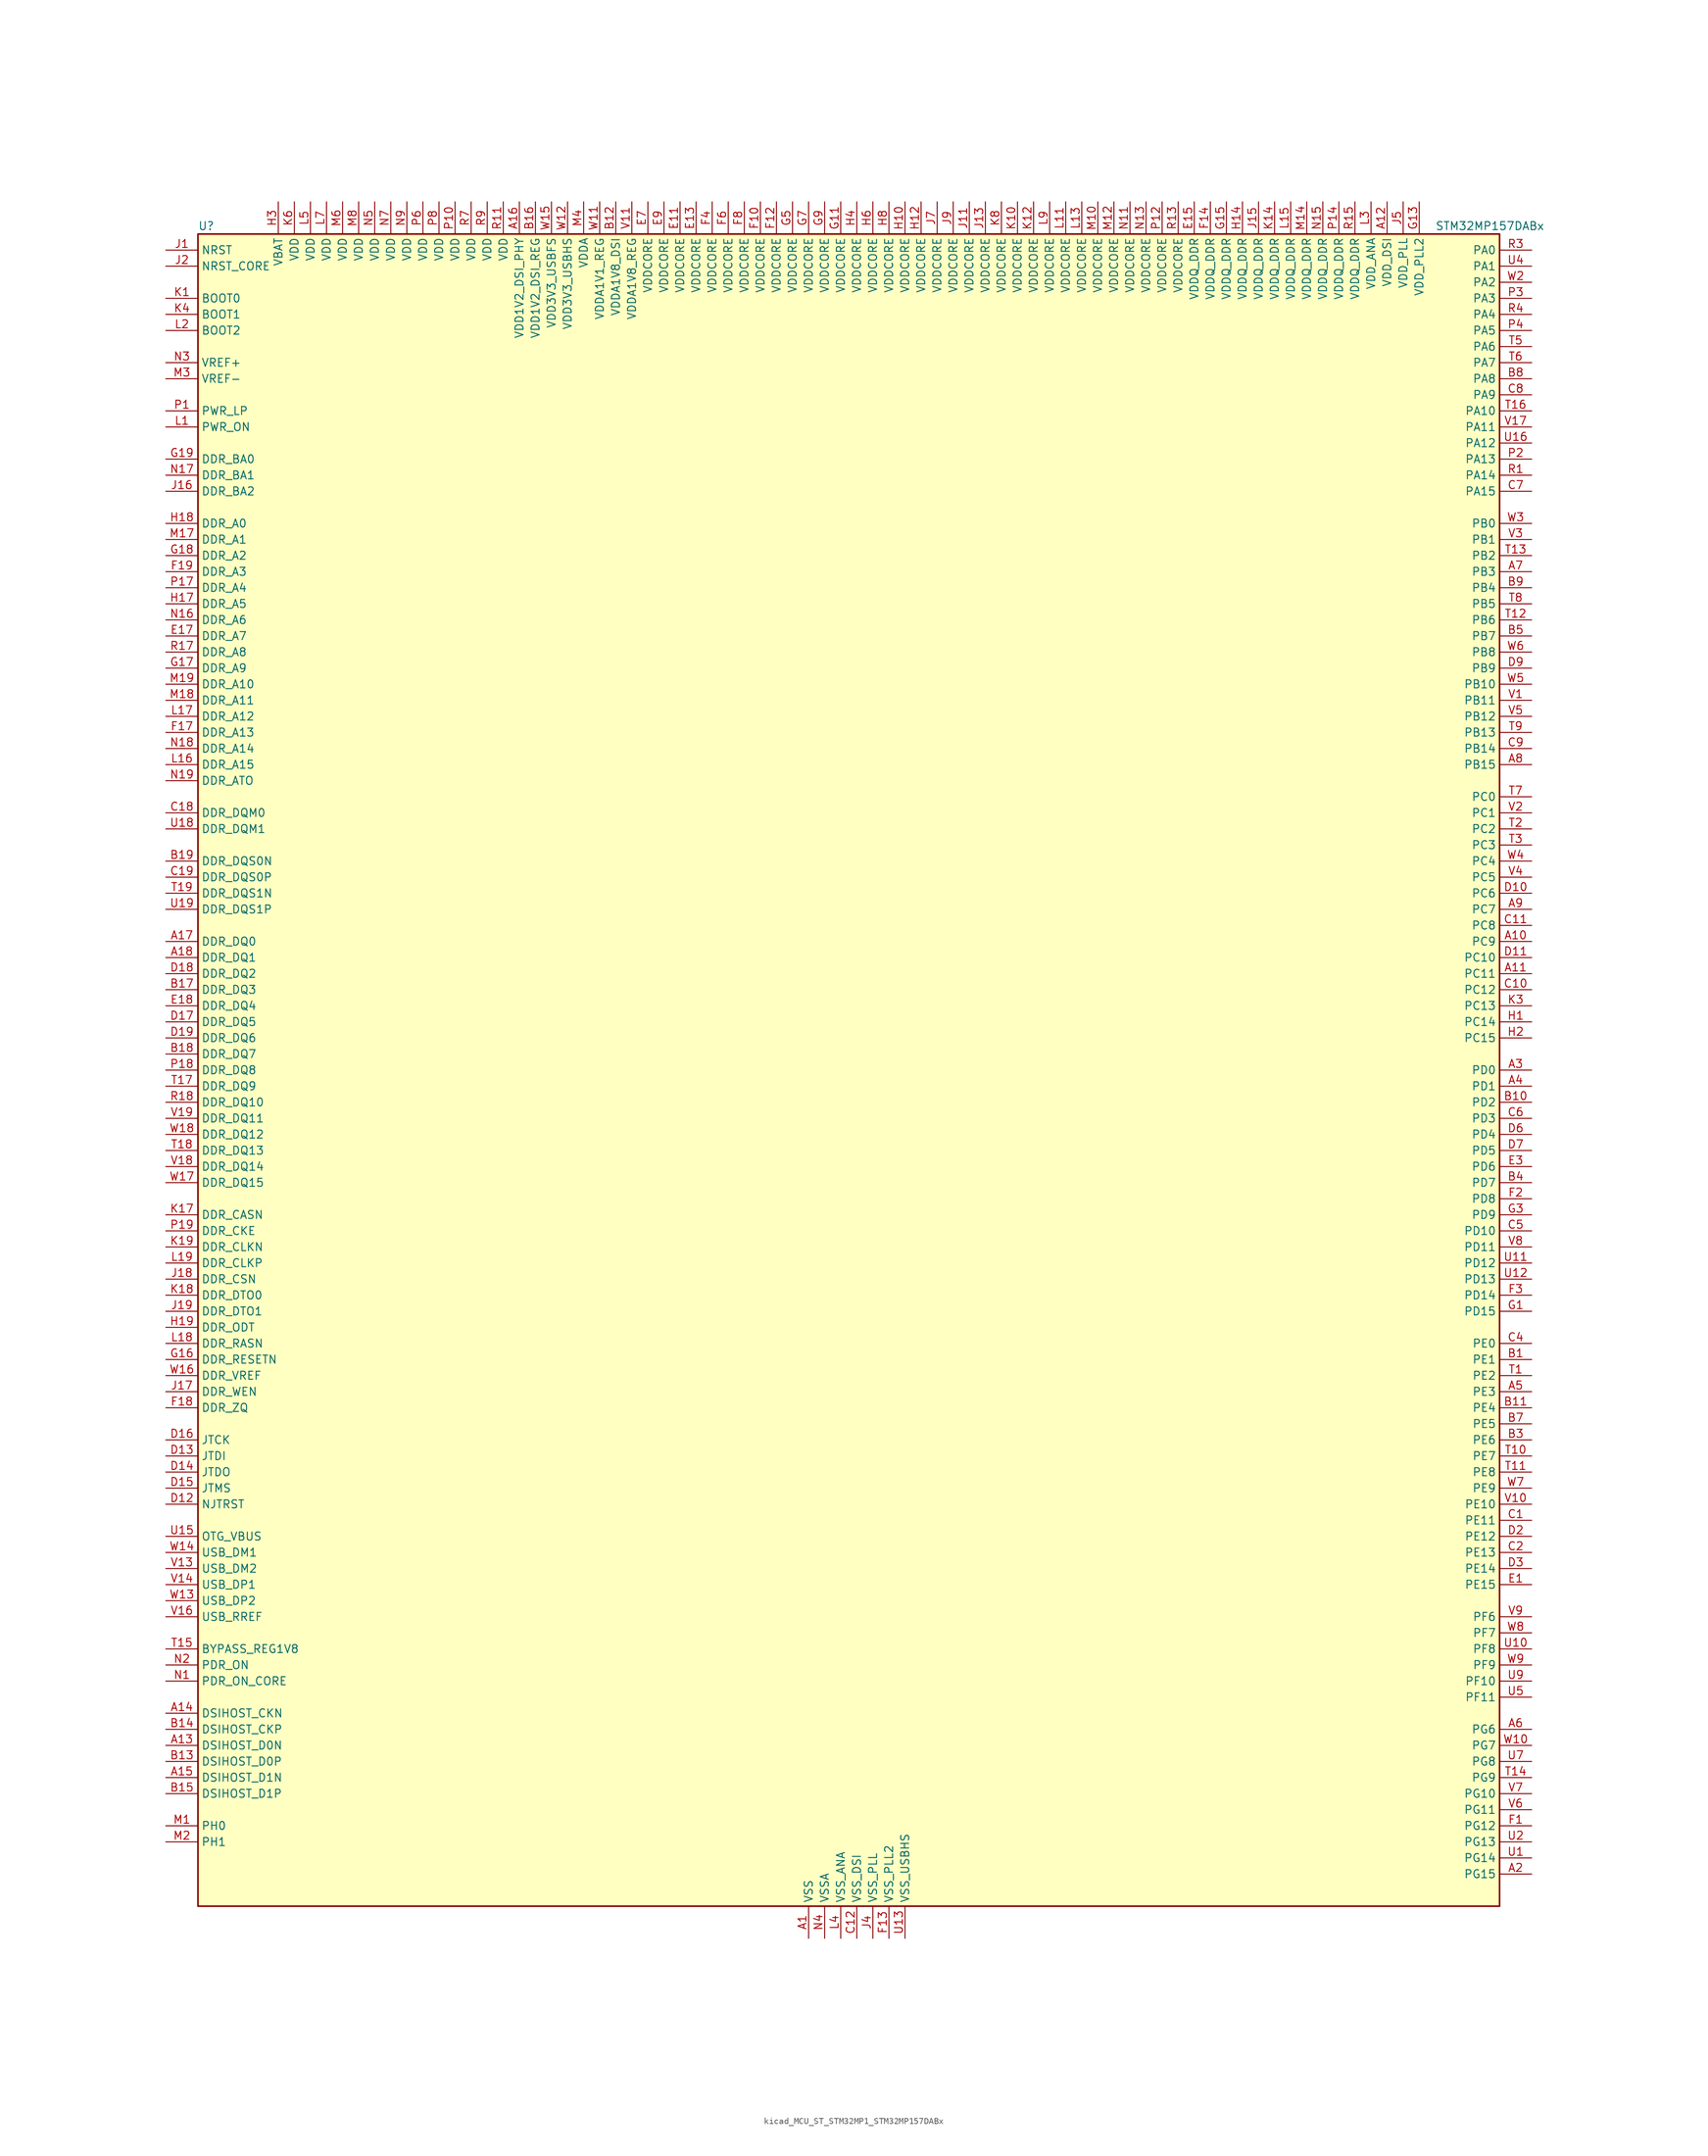
<source format=kicad_sym>
(kicad_symbol_lib
  (version 20220914)
  (generator kicad_symbol_editor)
  (symbol "kicad_MCU_ST_STM32MP1_STM32MP157DABx"
    (property "Reference" "U"
      (at -101.6 133.35 0)
      (effects (font (size 1.27 1.27)) (justify left)))
    (property "Value" "STM32MP157DABx"
      (at 93.98 133.35 0)
      (effects (font (size 1.27 1.27)) (justify left)))
    (property "ki_locked" ""
      (at 0 0 0)
      (effects (font (size 1.27 1.27))))
    (symbol "kicad_MCU_ST_STM32MP1_STM32MP157DABx_0_1"
      (rectangle (start -101.6 -132.08) (end 104.14 132.08) (stroke (width 0.254) (type default)) (fill (type background))))
    (symbol "kicad_MCU_ST_STM32MP1_STM32MP157DABx_1_1"
      (pin power_in line (at -5.08 -137.16 90) (length 5.08) (name "VSS" (effects (font (size 1.27 1.27)))) (number "A1" (effects (font (size 1.27 1.27)))))
      (pin bidirectional line (at 109.22 20.32 180) (length 5.08) (name "PC9" (effects (font (size 1.27 1.27)))) (number "A10" (effects (font (size 1.27 1.27)))) (alternate "DAC1_EXTI9" bidirectional line) (alternate "DCMI_D3" bidirectional line) (alternate "DEBUG_TRACED1" bidirectional line) (alternate "I2C3_SDA" bidirectional line) (alternate "I2S_CKIN" bidirectional line) (alternate "LTDC_B2" bidirectional line) (alternate "QUADSPI_BK1_IO0" bidirectional line) (alternate "SDMMC1_D1" bidirectional line) (alternate "TIM3_CH4" bidirectional line) (alternate "TIM8_CH4" bidirectional line) (alternate "UART5_CTS" bidirectional line))
      (pin bidirectional line (at 109.22 15.24 180) (length 5.08) (name "PC11" (effects (font (size 1.27 1.27)))) (number "A11" (effects (font (size 1.27 1.27)))) (alternate "ADC1_EXTI11" bidirectional line) (alternate "ADC2_EXTI11" bidirectional line) (alternate "DCMI_D4" bidirectional line) (alternate "DEBUG_TRACED3" bidirectional line) (alternate "DFSDM1_DATIN5" bidirectional line) (alternate "I2S3_SDI" bidirectional line) (alternate "QUADSPI_BK2_NCS" bidirectional line) (alternate "SAI4_SCK_B" bidirectional line) (alternate "SDMMC1_D3" bidirectional line) (alternate "SPI3_MISO" bidirectional line) (alternate "UART4_RX" bidirectional line) (alternate "USART3_RX" bidirectional line))
      (pin power_in line (at 86.36 137.16 270) (length 5.08) (name "VDD_DSI" (effects (font (size 1.27 1.27)))) (number "A12" (effects (font (size 1.27 1.27)))))
      (pin bidirectional line (at -106.68 -106.68 0) (length 5.08) (name "DSIHOST_D0N" (effects (font (size 1.27 1.27)))) (number "A13" (effects (font (size 1.27 1.27)))) (alternate "DSIHOST_D0N" bidirectional line))
      (pin bidirectional line (at -106.68 -101.6 0) (length 5.08) (name "DSIHOST_CKN" (effects (font (size 1.27 1.27)))) (number "A14" (effects (font (size 1.27 1.27)))) (alternate "DSIHOST_CKN" bidirectional line))
      (pin bidirectional line (at -106.68 -111.76 0) (length 5.08) (name "DSIHOST_D1N" (effects (font (size 1.27 1.27)))) (number "A15" (effects (font (size 1.27 1.27)))) (alternate "DSIHOST_D1N" bidirectional line))
      (pin power_in line (at -50.8 137.16 270) (length 5.08) (name "VDD1V2_DSI_PHY" (effects (font (size 1.27 1.27)))) (number "A16" (effects (font (size 1.27 1.27)))))
      (pin bidirectional line (at -106.68 20.32 0) (length 5.08) (name "DDR_DQ0" (effects (font (size 1.27 1.27)))) (number "A17" (effects (font (size 1.27 1.27)))) (alternate "DDR_DQ0" bidirectional line))
      (pin bidirectional line (at -106.68 17.78 0) (length 5.08) (name "DDR_DQ1" (effects (font (size 1.27 1.27)))) (number "A18" (effects (font (size 1.27 1.27)))) (alternate "DDR_DQ1" bidirectional line))
      (pin passive line (at -5.08 -137.16 90) (length 5.08) hide (name "VSS" (effects (font (size 1.27 1.27)))) (number "A19" (effects (font (size 1.27 1.27)))))
      (pin bidirectional line (at 109.22 -127 180) (length 5.08) (name "PG15" (effects (font (size 1.27 1.27)))) (number "A2" (effects (font (size 1.27 1.27)))) (alternate "ADC1_EXTI15" bidirectional line) (alternate "ADC2_EXTI15" bidirectional line) (alternate "DCMI_D13" bidirectional line) (alternate "DEBUG_TRACED7" bidirectional line) (alternate "I2C2_SDA" bidirectional line) (alternate "SAI1_D2" bidirectional line) (alternate "SAI1_FS_A" bidirectional line) (alternate "SDMMC3_CK" bidirectional line) (alternate "USART6_CTS" bidirectional line) (alternate "USART6_NSS" bidirectional line))
      (pin bidirectional line (at 109.22 0 180) (length 5.08) (name "PD0" (effects (font (size 1.27 1.27)))) (number "A3" (effects (font (size 1.27 1.27)))) (alternate "DFSDM1_CKIN6" bidirectional line) (alternate "DFSDM1_DATIN7" bidirectional line) (alternate "FDCAN1_RX" bidirectional line) (alternate "FMC_D2" bidirectional line) (alternate "FMC_DA2" bidirectional line) (alternate "I2C5_SDA" bidirectional line) (alternate "I2C6_SDA" bidirectional line) (alternate "SAI3_SCK_A" bidirectional line) (alternate "SDMMC3_CMD" bidirectional line) (alternate "UART4_RX" bidirectional line))
      (pin bidirectional line (at 109.22 -2.54 180) (length 5.08) (name "PD1" (effects (font (size 1.27 1.27)))) (number "A4" (effects (font (size 1.27 1.27)))) (alternate "DFSDM1_CKIN7" bidirectional line) (alternate "DFSDM1_DATIN6" bidirectional line) (alternate "FDCAN1_TX" bidirectional line) (alternate "FMC_D3" bidirectional line) (alternate "FMC_DA3" bidirectional line) (alternate "I2C5_SCL" bidirectional line) (alternate "I2C6_SCL" bidirectional line) (alternate "SAI3_SD_A" bidirectional line) (alternate "SDMMC3_D0" bidirectional line) (alternate "UART4_TX" bidirectional line))
      (pin bidirectional line (at 109.22 -50.8 180) (length 5.08) (name "PE3" (effects (font (size 1.27 1.27)))) (number "A5" (effects (font (size 1.27 1.27)))) (alternate "DEBUG_TRACED0" bidirectional line) (alternate "FMC_A19" bidirectional line) (alternate "SAI1_SD_B" bidirectional line) (alternate "SDMMC2_CK" bidirectional line) (alternate "TIM15_BKIN" bidirectional line))
      (pin bidirectional line (at 109.22 -104.14 180) (length 5.08) (name "PG6" (effects (font (size 1.27 1.27)))) (number "A6" (effects (font (size 1.27 1.27)))) (alternate "DCMI_D12" bidirectional line) (alternate "DEBUG_TRACED14" bidirectional line) (alternate "LTDC_R7" bidirectional line) (alternate "SDMMC2_CMD" bidirectional line) (alternate "TIM17_BKIN" bidirectional line))
      (pin bidirectional line (at 109.22 78.74 180) (length 5.08) (name "PB3" (effects (font (size 1.27 1.27)))) (number "A7" (effects (font (size 1.27 1.27)))) (alternate "DEBUG_TRACED9" bidirectional line) (alternate "I2S1_CK" bidirectional line) (alternate "I2S3_CK" bidirectional line) (alternate "SAI4_CK1" bidirectional line) (alternate "SAI4_MCLK_A" bidirectional line) (alternate "SDMMC2_D2" bidirectional line) (alternate "SPI1_SCK" bidirectional line) (alternate "SPI3_SCK" bidirectional line) (alternate "SPI6_SCK" bidirectional line) (alternate "TIM2_CH2" bidirectional line) (alternate "UART7_RX" bidirectional line))
      (pin bidirectional line (at 109.22 48.26 180) (length 5.08) (name "PB15" (effects (font (size 1.27 1.27)))) (number "A8" (effects (font (size 1.27 1.27)))) (alternate "ADC1_EXTI15" bidirectional line) (alternate "ADC2_EXTI15" bidirectional line) (alternate "DFSDM1_CKIN2" bidirectional line) (alternate "I2S2_SDO" bidirectional line) (alternate "RTC_REFIN" bidirectional line) (alternate "SDMMC2_D1" bidirectional line) (alternate "SPI2_MOSI" bidirectional line) (alternate "TIM12_CH2" bidirectional line) (alternate "TIM1_CH3N" bidirectional line) (alternate "TIM8_CH3N" bidirectional line) (alternate "USART1_RX" bidirectional line))
      (pin bidirectional line (at 109.22 25.4 180) (length 5.08) (name "PC7" (effects (font (size 1.27 1.27)))) (number "A9" (effects (font (size 1.27 1.27)))) (alternate "DCMI_D1" bidirectional line) (alternate "DFSDM1_DATIN3" bidirectional line) (alternate "HDP_HDP4" bidirectional line) (alternate "I2S3_MCK" bidirectional line) (alternate "LTDC_G6" bidirectional line) (alternate "SDMMC1_D123DIR" bidirectional line) (alternate "SDMMC1_D7" bidirectional line) (alternate "SDMMC2_D123DIR" bidirectional line) (alternate "SDMMC2_D7" bidirectional line) (alternate "TIM3_CH2" bidirectional line) (alternate "TIM8_CH2" bidirectional line) (alternate "USART6_RX" bidirectional line))
      (pin bidirectional line (at 109.22 -45.72 180) (length 5.08) (name "PE1" (effects (font (size 1.27 1.27)))) (number "B1" (effects (font (size 1.27 1.27)))) (alternate "DCMI_D3" bidirectional line) (alternate "FMC_NBL1" bidirectional line) (alternate "I2S2_MCK" bidirectional line) (alternate "LPTIM1_IN2" bidirectional line) (alternate "SAI3_SD_B" bidirectional line) (alternate "UART8_TX" bidirectional line))
      (pin bidirectional line (at 109.22 -5.08 180) (length 5.08) (name "PD2" (effects (font (size 1.27 1.27)))) (number "B10" (effects (font (size 1.27 1.27)))) (alternate "DCMI_D11" bidirectional line) (alternate "I2C5_SMBA" bidirectional line) (alternate "SDMMC1_CMD" bidirectional line) (alternate "TIM3_ETR" bidirectional line) (alternate "UART4_RX" bidirectional line) (alternate "UART5_RX" bidirectional line))
      (pin bidirectional line (at 109.22 -53.34 180) (length 5.08) (name "PE4" (effects (font (size 1.27 1.27)))) (number "B11" (effects (font (size 1.27 1.27)))) (alternate "DCMI_D4" bidirectional line) (alternate "DEBUG_TRACED1" bidirectional line) (alternate "DFSDM1_DATIN3" bidirectional line) (alternate "FMC_A20" bidirectional line) (alternate "LTDC_B0" bidirectional line) (alternate "SAI1_D2" bidirectional line) (alternate "SAI1_FS_A" bidirectional line) (alternate "SDMMC1_CKIN" bidirectional line) (alternate "SDMMC1_D4" bidirectional line) (alternate "SDMMC2_CKIN" bidirectional line) (alternate "SDMMC2_D4" bidirectional line) (alternate "SPI4_NSS" bidirectional line) (alternate "TIM15_CH1N" bidirectional line))
      (pin power_in line (at -35.56 137.16 270) (length 5.08) (name "VDDA1V8_DSI" (effects (font (size 1.27 1.27)))) (number "B12" (effects (font (size 1.27 1.27)))))
      (pin bidirectional line (at -106.68 -109.22 0) (length 5.08) (name "DSIHOST_D0P" (effects (font (size 1.27 1.27)))) (number "B13" (effects (font (size 1.27 1.27)))) (alternate "DSIHOST_D0P" bidirectional line))
      (pin bidirectional line (at -106.68 -104.14 0) (length 5.08) (name "DSIHOST_CKP" (effects (font (size 1.27 1.27)))) (number "B14" (effects (font (size 1.27 1.27)))) (alternate "DSIHOST_CKP" bidirectional line))
      (pin bidirectional line (at -106.68 -114.3 0) (length 5.08) (name "DSIHOST_D1P" (effects (font (size 1.27 1.27)))) (number "B15" (effects (font (size 1.27 1.27)))) (alternate "DSIHOST_D1P" bidirectional line))
      (pin power_in line (at -48.26 137.16 270) (length 5.08) (name "VDD1V2_DSI_REG" (effects (font (size 1.27 1.27)))) (number "B16" (effects (font (size 1.27 1.27)))))
      (pin bidirectional line (at -106.68 12.7 0) (length 5.08) (name "DDR_DQ3" (effects (font (size 1.27 1.27)))) (number "B17" (effects (font (size 1.27 1.27)))) (alternate "DDR_DQ3" bidirectional line))
      (pin bidirectional line (at -106.68 2.54 0) (length 5.08) (name "DDR_DQ7" (effects (font (size 1.27 1.27)))) (number "B18" (effects (font (size 1.27 1.27)))) (alternate "DDR_DQ7" bidirectional line))
      (pin bidirectional line (at -106.68 33.02 0) (length 5.08) (name "DDR_DQS0N" (effects (font (size 1.27 1.27)))) (number "B19" (effects (font (size 1.27 1.27)))) (alternate "DDR_DQS0N" bidirectional line))
      (pin passive line (at -5.08 -137.16 90) (length 5.08) hide (name "VSS" (effects (font (size 1.27 1.27)))) (number "B2" (effects (font (size 1.27 1.27)))))
      (pin bidirectional line (at 109.22 -58.42 180) (length 5.08) (name "PE6" (effects (font (size 1.27 1.27)))) (number "B3" (effects (font (size 1.27 1.27)))) (alternate "DCMI_D7" bidirectional line) (alternate "DEBUG_TRACED2" bidirectional line) (alternate "FMC_A22" bidirectional line) (alternate "LTDC_G1" bidirectional line) (alternate "SAI1_D1" bidirectional line) (alternate "SAI1_SD_A" bidirectional line) (alternate "SAI2_MCLK_B" bidirectional line) (alternate "SDMMC1_D2" bidirectional line) (alternate "SDMMC2_D0" bidirectional line) (alternate "SPI4_MOSI" bidirectional line) (alternate "TIM15_CH2" bidirectional line) (alternate "TIM1_BKIN2" bidirectional line))
      (pin bidirectional line (at 109.22 -17.78 180) (length 5.08) (name "PD7" (effects (font (size 1.27 1.27)))) (number "B4" (effects (font (size 1.27 1.27)))) (alternate "DEBUG_TRACED6" bidirectional line) (alternate "DFSDM1_CKIN1" bidirectional line) (alternate "DFSDM1_DATIN4" bidirectional line) (alternate "FMC_NE1" bidirectional line) (alternate "I2C2_SCL" bidirectional line) (alternate "SDMMC3_D3" bidirectional line) (alternate "SPDIFRX_IN0" bidirectional line) (alternate "USART2_CK" bidirectional line))
      (pin bidirectional line (at 109.22 68.58 180) (length 5.08) (name "PB7" (effects (font (size 1.27 1.27)))) (number "B5" (effects (font (size 1.27 1.27)))) (alternate "DCMI_VSYNC" bidirectional line) (alternate "DFSDM1_CKIN5" bidirectional line) (alternate "FMC_NL" bidirectional line) (alternate "I2C1_SDA" bidirectional line) (alternate "I2C4_SDA" bidirectional line) (alternate "SDMMC2_D1" bidirectional line) (alternate "TIM17_CH1N" bidirectional line) (alternate "TIM4_CH2" bidirectional line) (alternate "USART1_RX" bidirectional line))
      (pin passive line (at -5.08 -137.16 90) (length 5.08) hide (name "VSS" (effects (font (size 1.27 1.27)))) (number "B6" (effects (font (size 1.27 1.27)))))
      (pin bidirectional line (at 109.22 -55.88 180) (length 5.08) (name "PE5" (effects (font (size 1.27 1.27)))) (number "B7" (effects (font (size 1.27 1.27)))) (alternate "DCMI_D6" bidirectional line) (alternate "DEBUG_TRACED3" bidirectional line) (alternate "DFSDM1_CKIN3" bidirectional line) (alternate "FMC_A21" bidirectional line) (alternate "LTDC_G0" bidirectional line) (alternate "SAI1_CK2" bidirectional line) (alternate "SAI1_SCK_A" bidirectional line) (alternate "SDMMC1_D0DIR" bidirectional line) (alternate "SDMMC1_D6" bidirectional line) (alternate "SDMMC2_D0DIR" bidirectional line) (alternate "SDMMC2_D6" bidirectional line) (alternate "SPI4_MISO" bidirectional line) (alternate "TIM15_CH1" bidirectional line))
      (pin bidirectional line (at 109.22 109.22 180) (length 5.08) (name "PA8" (effects (font (size 1.27 1.27)))) (number "B8" (effects (font (size 1.27 1.27)))) (alternate "I2C3_SCL" bidirectional line) (alternate "I2S3_SDO" bidirectional line) (alternate "LTDC_R6" bidirectional line) (alternate "RCC_MCO_1" bidirectional line) (alternate "SAI4_SD_B" bidirectional line) (alternate "SDMMC2_CKIN" bidirectional line) (alternate "SDMMC2_D4" bidirectional line) (alternate "SPI3_MOSI" bidirectional line) (alternate "TIM1_CH1" bidirectional line) (alternate "TIM8_BKIN2" bidirectional line) (alternate "UART7_RX" bidirectional line) (alternate "USART1_CK" bidirectional line) (alternate "USB_OTG_HS_SOF" bidirectional line))
      (pin bidirectional line (at 109.22 76.2 180) (length 5.08) (name "PB4" (effects (font (size 1.27 1.27)))) (number "B9" (effects (font (size 1.27 1.27)))) (alternate "DEBUG_TRACED8" bidirectional line) (alternate "I2S1_SDI" bidirectional line) (alternate "I2S2_WS" bidirectional line) (alternate "I2S3_SDI" bidirectional line) (alternate "SAI4_CK2" bidirectional line) (alternate "SAI4_SCK_A" bidirectional line) (alternate "SDMMC2_D3" bidirectional line) (alternate "SPI1_MISO" bidirectional line) (alternate "SPI2_NSS" bidirectional line) (alternate "SPI3_MISO" bidirectional line) (alternate "SPI6_MISO" bidirectional line) (alternate "TIM16_BKIN" bidirectional line) (alternate "TIM3_CH1" bidirectional line) (alternate "UART7_TX" bidirectional line))
      (pin bidirectional line (at 109.22 -71.12 180) (length 5.08) (name "PE11" (effects (font (size 1.27 1.27)))) (number "C1" (effects (font (size 1.27 1.27)))) (alternate "ADC1_EXTI11" bidirectional line) (alternate "ADC2_EXTI11" bidirectional line) (alternate "DCMI_D4" bidirectional line) (alternate "DFSDM1_CKIN4" bidirectional line) (alternate "FMC_D8" bidirectional line) (alternate "FMC_DA8" bidirectional line) (alternate "LTDC_G3" bidirectional line) (alternate "SAI2_SD_B" bidirectional line) (alternate "SPI4_NSS" bidirectional line) (alternate "TIM1_CH2" bidirectional line) (alternate "USART6_CK" bidirectional line))
      (pin bidirectional line (at 109.22 12.7 180) (length 5.08) (name "PC12" (effects (font (size 1.27 1.27)))) (number "C10" (effects (font (size 1.27 1.27)))) (alternate "DCMI_D9" bidirectional line) (alternate "DEBUG_TRACECLK" bidirectional line) (alternate "I2S3_SDO" bidirectional line) (alternate "RCC_MCO_2" bidirectional line) (alternate "SAI4_D3" bidirectional line) (alternate "SAI4_SD_B" bidirectional line) (alternate "SDMMC1_CK" bidirectional line) (alternate "SPI3_MOSI" bidirectional line) (alternate "UART5_TX" bidirectional line) (alternate "USART3_CK" bidirectional line))
      (pin bidirectional line (at 109.22 22.86 180) (length 5.08) (name "PC8" (effects (font (size 1.27 1.27)))) (number "C11" (effects (font (size 1.27 1.27)))) (alternate "DCMI_D2" bidirectional line) (alternate "DEBUG_TRACED0" bidirectional line) (alternate "SDMMC1_D0" bidirectional line) (alternate "TIM3_CH3" bidirectional line) (alternate "TIM8_CH3" bidirectional line) (alternate "UART4_TX" bidirectional line) (alternate "UART5_DE" bidirectional line) (alternate "UART5_RTS" bidirectional line) (alternate "USART6_CK" bidirectional line))
      (pin power_in line (at 2.54 -137.16 90) (length 5.08) (name "VSS_DSI" (effects (font (size 1.27 1.27)))) (number "C12" (effects (font (size 1.27 1.27)))))
      (pin passive line (at 2.54 -137.16 90) (length 5.08) hide (name "VSS_DSI" (effects (font (size 1.27 1.27)))) (number "C13" (effects (font (size 1.27 1.27)))))
      (pin passive line (at 2.54 -137.16 90) (length 5.08) hide (name "VSS_DSI" (effects (font (size 1.27 1.27)))) (number "C14" (effects (font (size 1.27 1.27)))))
      (pin passive line (at 2.54 -137.16 90) (length 5.08) hide (name "VSS_DSI" (effects (font (size 1.27 1.27)))) (number "C15" (effects (font (size 1.27 1.27)))))
      (pin passive line (at 2.54 -137.16 90) (length 5.08) hide (name "VSS_DSI" (effects (font (size 1.27 1.27)))) (number "C16" (effects (font (size 1.27 1.27)))))
      (pin passive line (at -5.08 -137.16 90) (length 5.08) hide (name "VSS" (effects (font (size 1.27 1.27)))) (number "C17" (effects (font (size 1.27 1.27)))))
      (pin bidirectional line (at -106.68 40.64 0) (length 5.08) (name "DDR_DQM0" (effects (font (size 1.27 1.27)))) (number "C18" (effects (font (size 1.27 1.27)))) (alternate "DDR_DQM0" bidirectional line))
      (pin bidirectional line (at -106.68 30.48 0) (length 5.08) (name "DDR_DQS0P" (effects (font (size 1.27 1.27)))) (number "C19" (effects (font (size 1.27 1.27)))) (alternate "DDR_DQS0P" bidirectional line))
      (pin bidirectional line (at 109.22 -76.2 180) (length 5.08) (name "PE13" (effects (font (size 1.27 1.27)))) (number "C2" (effects (font (size 1.27 1.27)))) (alternate "DCMI_D6" bidirectional line) (alternate "DFSDM1_CKIN5" bidirectional line) (alternate "FMC_D10" bidirectional line) (alternate "FMC_DA10" bidirectional line) (alternate "HDP_HDP2" bidirectional line) (alternate "LTDC_DE" bidirectional line) (alternate "SAI2_FS_B" bidirectional line) (alternate "SPI4_MISO" bidirectional line) (alternate "TIM1_CH3" bidirectional line))
      (pin passive line (at -5.08 -137.16 90) (length 5.08) hide (name "VSS" (effects (font (size 1.27 1.27)))) (number "C3" (effects (font (size 1.27 1.27)))))
      (pin bidirectional line (at 109.22 -43.18 180) (length 5.08) (name "PE0" (effects (font (size 1.27 1.27)))) (number "C4" (effects (font (size 1.27 1.27)))) (alternate "DCMI_D2" bidirectional line) (alternate "FMC_NBL0" bidirectional line) (alternate "I2S3_CK" bidirectional line) (alternate "LPTIM1_ETR" bidirectional line) (alternate "LPTIM2_ETR" bidirectional line) (alternate "SAI2_MCLK_A" bidirectional line) (alternate "SAI4_MCLK_B" bidirectional line) (alternate "SPI3_SCK" bidirectional line) (alternate "TIM4_ETR" bidirectional line) (alternate "UART8_RX" bidirectional line))
      (pin bidirectional line (at 109.22 -25.4 180) (length 5.08) (name "PD10" (effects (font (size 1.27 1.27)))) (number "C5" (effects (font (size 1.27 1.27)))) (alternate "DFSDM1_CKOUT" bidirectional line) (alternate "FMC_D15" bidirectional line) (alternate "FMC_DA15" bidirectional line) (alternate "I2C5_SMBA" bidirectional line) (alternate "I2S3_SDI" bidirectional line) (alternate "LTDC_B3" bidirectional line) (alternate "RTC_REFIN" bidirectional line) (alternate "SAI3_FS_B" bidirectional line) (alternate "SPI3_MISO" bidirectional line) (alternate "TIM16_BKIN" bidirectional line) (alternate "USART3_CK" bidirectional line))
      (pin bidirectional line (at 109.22 -7.62 180) (length 5.08) (name "PD3" (effects (font (size 1.27 1.27)))) (number "C6" (effects (font (size 1.27 1.27)))) (alternate "DCMI_D5" bidirectional line) (alternate "DFSDM1_CKOUT" bidirectional line) (alternate "DFSDM1_DATIN0" bidirectional line) (alternate "FMC_CLK" bidirectional line) (alternate "HDP_HDP5" bidirectional line) (alternate "I2S2_CK" bidirectional line) (alternate "LTDC_G7" bidirectional line) (alternate "SDMMC1_D123DIR" bidirectional line) (alternate "SDMMC1_D7" bidirectional line) (alternate "SDMMC2_D123DIR" bidirectional line) (alternate "SDMMC2_D7" bidirectional line) (alternate "SPI2_SCK" bidirectional line) (alternate "USART2_CTS" bidirectional line) (alternate "USART2_NSS" bidirectional line))
      (pin bidirectional line (at 109.22 91.44 180) (length 5.08) (name "PA15" (effects (font (size 1.27 1.27)))) (number "C7" (effects (font (size 1.27 1.27)))) (alternate "ADC1_EXTI15" bidirectional line) (alternate "ADC2_EXTI15" bidirectional line) (alternate "CEC" bidirectional line) (alternate "DEBUG_DBTRGI" bidirectional line) (alternate "I2S1_WS" bidirectional line) (alternate "I2S3_WS" bidirectional line) (alternate "LTDC_R1" bidirectional line) (alternate "SAI4_D2" bidirectional line) (alternate "SAI4_FS_A" bidirectional line) (alternate "SDMMC1_CDIR" bidirectional line) (alternate "SDMMC1_D5" bidirectional line) (alternate "SDMMC2_CDIR" bidirectional line) (alternate "SDMMC2_D5" bidirectional line) (alternate "SPI1_NSS" bidirectional line) (alternate "SPI3_NSS" bidirectional line) (alternate "SPI6_NSS" bidirectional line) (alternate "TIM2_CH1" bidirectional line) (alternate "TIM2_ETR" bidirectional line) (alternate "UART4_DE" bidirectional line) (alternate "UART4_RTS" bidirectional line) (alternate "UART7_TX" bidirectional line))
      (pin bidirectional line (at 109.22 106.68 180) (length 5.08) (name "PA9" (effects (font (size 1.27 1.27)))) (number "C8" (effects (font (size 1.27 1.27)))) (alternate "DAC1_EXTI9" bidirectional line) (alternate "DCMI_D0" bidirectional line) (alternate "I2C3_SMBA" bidirectional line) (alternate "I2S2_CK" bidirectional line) (alternate "LTDC_R5" bidirectional line) (alternate "SDMMC2_CDIR" bidirectional line) (alternate "SDMMC2_D5" bidirectional line) (alternate "SPI2_SCK" bidirectional line) (alternate "TIM1_CH2" bidirectional line) (alternate "USART1_TX" bidirectional line))
      (pin bidirectional line (at 109.22 50.8 180) (length 5.08) (name "PB14" (effects (font (size 1.27 1.27)))) (number "C9" (effects (font (size 1.27 1.27)))) (alternate "DFSDM1_DATIN2" bidirectional line) (alternate "I2S2_SDI" bidirectional line) (alternate "SDMMC2_D0" bidirectional line) (alternate "SPI2_MISO" bidirectional line) (alternate "TIM12_CH1" bidirectional line) (alternate "TIM1_CH2N" bidirectional line) (alternate "TIM8_CH2N" bidirectional line) (alternate "USART1_TX" bidirectional line) (alternate "USART3_DE" bidirectional line) (alternate "USART3_RTS" bidirectional line))
      (pin passive line (at -5.08 -137.16 90) (length 5.08) hide (name "VSS" (effects (font (size 1.27 1.27)))) (number "D1" (effects (font (size 1.27 1.27)))))
      (pin bidirectional line (at 109.22 27.94 180) (length 5.08) (name "PC6" (effects (font (size 1.27 1.27)))) (number "D10" (effects (font (size 1.27 1.27)))) (alternate "DCMI_D0" bidirectional line) (alternate "DFSDM1_CKIN3" bidirectional line) (alternate "DSIHOST_TE" bidirectional line) (alternate "HDP_HDP1" bidirectional line) (alternate "I2S2_MCK" bidirectional line) (alternate "LTDC_HSYNC" bidirectional line) (alternate "SDMMC1_D0DIR" bidirectional line) (alternate "SDMMC1_D6" bidirectional line) (alternate "SDMMC2_D0DIR" bidirectional line) (alternate "SDMMC2_D6" bidirectional line) (alternate "TIM3_CH1" bidirectional line) (alternate "TIM8_CH1" bidirectional line) (alternate "USART6_TX" bidirectional line))
      (pin bidirectional line (at 109.22 17.78 180) (length 5.08) (name "PC10" (effects (font (size 1.27 1.27)))) (number "D11" (effects (font (size 1.27 1.27)))) (alternate "DCMI_D8" bidirectional line) (alternate "DEBUG_TRACED2" bidirectional line) (alternate "DFSDM1_CKIN5" bidirectional line) (alternate "I2S3_CK" bidirectional line) (alternate "LTDC_R2" bidirectional line) (alternate "QUADSPI_BK1_IO1" bidirectional line) (alternate "SAI4_MCLK_B" bidirectional line) (alternate "SDMMC1_D2" bidirectional line) (alternate "SPI3_SCK" bidirectional line) (alternate "UART4_TX" bidirectional line) (alternate "USART3_TX" bidirectional line))
      (pin bidirectional line (at -106.68 -68.58 0) (length 5.08) (name "NJTRST" (effects (font (size 1.27 1.27)))) (number "D12" (effects (font (size 1.27 1.27)))) (alternate "DEBUG_JTRST" bidirectional line))
      (pin bidirectional line (at -106.68 -60.96 0) (length 5.08) (name "JTDI" (effects (font (size 1.27 1.27)))) (number "D13" (effects (font (size 1.27 1.27)))) (alternate "DEBUG_JTDI" bidirectional line))
      (pin bidirectional line (at -106.68 -63.5 0) (length 5.08) (name "JTDO" (effects (font (size 1.27 1.27)))) (number "D14" (effects (font (size 1.27 1.27)))) (alternate "DEBUG_JTDO-SWO" bidirectional line))
      (pin bidirectional line (at -106.68 -66.04 0) (length 5.08) (name "JTMS" (effects (font (size 1.27 1.27)))) (number "D15" (effects (font (size 1.27 1.27)))) (alternate "DEBUG_JTMS-SWDIO" bidirectional line))
      (pin bidirectional line (at -106.68 -58.42 0) (length 5.08) (name "JTCK" (effects (font (size 1.27 1.27)))) (number "D16" (effects (font (size 1.27 1.27)))) (alternate "DEBUG_JTCK-SWCLK" bidirectional line))
      (pin bidirectional line (at -106.68 7.62 0) (length 5.08) (name "DDR_DQ5" (effects (font (size 1.27 1.27)))) (number "D17" (effects (font (size 1.27 1.27)))) (alternate "DDR_DQ5" bidirectional line))
      (pin bidirectional line (at -106.68 15.24 0) (length 5.08) (name "DDR_DQ2" (effects (font (size 1.27 1.27)))) (number "D18" (effects (font (size 1.27 1.27)))) (alternate "DDR_DQ2" bidirectional line))
      (pin bidirectional line (at -106.68 5.08 0) (length 5.08) (name "DDR_DQ6" (effects (font (size 1.27 1.27)))) (number "D19" (effects (font (size 1.27 1.27)))) (alternate "DDR_DQ6" bidirectional line))
      (pin bidirectional line (at 109.22 -73.66 180) (length 5.08) (name "PE12" (effects (font (size 1.27 1.27)))) (number "D2" (effects (font (size 1.27 1.27)))) (alternate "DFSDM1_DATIN5" bidirectional line) (alternate "FMC_D9" bidirectional line) (alternate "FMC_DA9" bidirectional line) (alternate "LTDC_B4" bidirectional line) (alternate "SAI2_SCK_B" bidirectional line) (alternate "SDMMC1_D0DIR" bidirectional line) (alternate "SPI4_SCK" bidirectional line) (alternate "TIM1_CH3N" bidirectional line))
      (pin bidirectional line (at 109.22 -78.74 180) (length 5.08) (name "PE14" (effects (font (size 1.27 1.27)))) (number "D3" (effects (font (size 1.27 1.27)))) (alternate "FMC_D11" bidirectional line) (alternate "FMC_DA11" bidirectional line) (alternate "LTDC_CLK" bidirectional line) (alternate "LTDC_G0" bidirectional line) (alternate "SAI2_MCLK_B" bidirectional line) (alternate "SDMMC1_D123DIR" bidirectional line) (alternate "SPI4_MOSI" bidirectional line) (alternate "TIM1_CH4" bidirectional line) (alternate "UART8_DE" bidirectional line) (alternate "UART8_RTS" bidirectional line))
      (pin passive line (at -5.08 -137.16 90) (length 5.08) hide (name "VSS" (effects (font (size 1.27 1.27)))) (number "D4" (effects (font (size 1.27 1.27)))))
      (pin passive line (at -5.08 -137.16 90) (length 5.08) hide (name "VSS" (effects (font (size 1.27 1.27)))) (number "D5" (effects (font (size 1.27 1.27)))))
      (pin bidirectional line (at 109.22 -10.16 180) (length 5.08) (name "PD4" (effects (font (size 1.27 1.27)))) (number "D6" (effects (font (size 1.27 1.27)))) (alternate "DFSDM1_CKIN0" bidirectional line) (alternate "FMC_NOE" bidirectional line) (alternate "SAI3_FS_A" bidirectional line) (alternate "SDMMC3_D1" bidirectional line) (alternate "USART2_DE" bidirectional line) (alternate "USART2_RTS" bidirectional line))
      (pin bidirectional line (at 109.22 -12.7 180) (length 5.08) (name "PD5" (effects (font (size 1.27 1.27)))) (number "D7" (effects (font (size 1.27 1.27)))) (alternate "FMC_NWE" bidirectional line) (alternate "SDMMC3_D2" bidirectional line) (alternate "USART2_TX" bidirectional line))
      (pin passive line (at -5.08 -137.16 90) (length 5.08) hide (name "VSS" (effects (font (size 1.27 1.27)))) (number "D8" (effects (font (size 1.27 1.27)))))
      (pin bidirectional line (at 109.22 63.5 180) (length 5.08) (name "PB9" (effects (font (size 1.27 1.27)))) (number "D9" (effects (font (size 1.27 1.27)))) (alternate "DAC1_EXTI9" bidirectional line) (alternate "DCMI_D7" bidirectional line) (alternate "DFSDM1_DATIN7" bidirectional line) (alternate "FDCAN1_TX" bidirectional line) (alternate "HDP_HDP7" bidirectional line) (alternate "I2C1_SDA" bidirectional line) (alternate "I2C4_SDA" bidirectional line) (alternate "I2S2_WS" bidirectional line) (alternate "LTDC_B7" bidirectional line) (alternate "SDMMC1_CDIR" bidirectional line) (alternate "SDMMC1_D5" bidirectional line) (alternate "SDMMC2_CDIR" bidirectional line) (alternate "SDMMC2_D5" bidirectional line) (alternate "SPI2_NSS" bidirectional line) (alternate "TIM17_CH1" bidirectional line) (alternate "TIM4_CH4" bidirectional line) (alternate "UART4_TX" bidirectional line))
      (pin bidirectional line (at 109.22 -81.28 180) (length 5.08) (name "PE15" (effects (font (size 1.27 1.27)))) (number "E1" (effects (font (size 1.27 1.27)))) (alternate "ADC1_EXTI15" bidirectional line) (alternate "ADC2_EXTI15" bidirectional line) (alternate "FMC_D12" bidirectional line) (alternate "FMC_DA12" bidirectional line) (alternate "FMC_NCE2" bidirectional line) (alternate "HDP_HDP3" bidirectional line) (alternate "LTDC_R7" bidirectional line) (alternate "TIM15_BKIN" bidirectional line) (alternate "TIM1_BKIN" bidirectional line) (alternate "UART8_CTS" bidirectional line) (alternate "USART2_CTS" bidirectional line) (alternate "USART2_NSS" bidirectional line))
      (pin passive line (at -5.08 -137.16 90) (length 5.08) hide (name "VSS" (effects (font (size 1.27 1.27)))) (number "E10" (effects (font (size 1.27 1.27)))))
      (pin power_in line (at -25.4 137.16 270) (length 5.08) (name "VDDCORE" (effects (font (size 1.27 1.27)))) (number "E11" (effects (font (size 1.27 1.27)))))
      (pin passive line (at -5.08 -137.16 90) (length 5.08) hide (name "VSS" (effects (font (size 1.27 1.27)))) (number "E12" (effects (font (size 1.27 1.27)))))
      (pin power_in line (at -22.86 137.16 270) (length 5.08) (name "VDDCORE" (effects (font (size 1.27 1.27)))) (number "E13" (effects (font (size 1.27 1.27)))))
      (pin passive line (at -5.08 -137.16 90) (length 5.08) hide (name "VSS" (effects (font (size 1.27 1.27)))) (number "E14" (effects (font (size 1.27 1.27)))))
      (pin power_in line (at 55.88 137.16 270) (length 5.08) (name "VDDQ_DDR" (effects (font (size 1.27 1.27)))) (number "E15" (effects (font (size 1.27 1.27)))))
      (pin passive line (at -5.08 -137.16 90) (length 5.08) hide (name "VSS" (effects (font (size 1.27 1.27)))) (number "E16" (effects (font (size 1.27 1.27)))))
      (pin bidirectional line (at -106.68 68.58 0) (length 5.08) (name "DDR_A7" (effects (font (size 1.27 1.27)))) (number "E17" (effects (font (size 1.27 1.27)))) (alternate "DDR_A7" bidirectional line))
      (pin bidirectional line (at -106.68 10.16 0) (length 5.08) (name "DDR_DQ4" (effects (font (size 1.27 1.27)))) (number "E18" (effects (font (size 1.27 1.27)))) (alternate "DDR_DQ4" bidirectional line))
      (pin passive line (at -5.08 -137.16 90) (length 5.08) hide (name "VSS" (effects (font (size 1.27 1.27)))) (number "E2" (effects (font (size 1.27 1.27)))))
      (pin bidirectional line (at 109.22 -15.24 180) (length 5.08) (name "PD6" (effects (font (size 1.27 1.27)))) (number "E3" (effects (font (size 1.27 1.27)))) (alternate "DCMI_D10" bidirectional line) (alternate "DFSDM1_CKIN4" bidirectional line) (alternate "DFSDM1_DATIN1" bidirectional line) (alternate "FMC_NWAIT" bidirectional line) (alternate "I2S3_SDO" bidirectional line) (alternate "LTDC_B2" bidirectional line) (alternate "SAI1_D1" bidirectional line) (alternate "SAI1_SD_A" bidirectional line) (alternate "SPI3_MOSI" bidirectional line) (alternate "TIM16_CH1N" bidirectional line) (alternate "USART2_RX" bidirectional line))
      (pin passive line (at -5.08 -137.16 90) (length 5.08) hide (name "VSS" (effects (font (size 1.27 1.27)))) (number "E4" (effects (font (size 1.27 1.27)))))
      (pin passive line (at -5.08 -137.16 90) (length 5.08) hide (name "VSS" (effects (font (size 1.27 1.27)))) (number "E5" (effects (font (size 1.27 1.27)))))
      (pin passive line (at -5.08 -137.16 90) (length 5.08) hide (name "VSS" (effects (font (size 1.27 1.27)))) (number "E6" (effects (font (size 1.27 1.27)))))
      (pin power_in line (at -30.48 137.16 270) (length 5.08) (name "VDDCORE" (effects (font (size 1.27 1.27)))) (number "E7" (effects (font (size 1.27 1.27)))))
      (pin passive line (at -5.08 -137.16 90) (length 5.08) hide (name "VSS" (effects (font (size 1.27 1.27)))) (number "E8" (effects (font (size 1.27 1.27)))))
      (pin power_in line (at -27.94 137.16 270) (length 5.08) (name "VDDCORE" (effects (font (size 1.27 1.27)))) (number "E9" (effects (font (size 1.27 1.27)))))
      (pin bidirectional line (at 109.22 -119.38 180) (length 5.08) (name "PG12" (effects (font (size 1.27 1.27)))) (number "F1" (effects (font (size 1.27 1.27)))) (alternate "ETH1_PHY_INTN" bidirectional line) (alternate "FMC_NE4" bidirectional line) (alternate "LPTIM1_IN1" bidirectional line) (alternate "LTDC_B1" bidirectional line) (alternate "LTDC_B4" bidirectional line) (alternate "SAI4_CK2" bidirectional line) (alternate "SAI4_SCK_A" bidirectional line) (alternate "SPDIFRX_IN1" bidirectional line) (alternate "SPI6_MISO" bidirectional line) (alternate "USART6_DE" bidirectional line) (alternate "USART6_RTS" bidirectional line))
      (pin power_in line (at -12.7 137.16 270) (length 5.08) (name "VDDCORE" (effects (font (size 1.27 1.27)))) (number "F10" (effects (font (size 1.27 1.27)))))
      (pin passive line (at -5.08 -137.16 90) (length 5.08) hide (name "VSS" (effects (font (size 1.27 1.27)))) (number "F11" (effects (font (size 1.27 1.27)))))
      (pin power_in line (at -10.16 137.16 270) (length 5.08) (name "VDDCORE" (effects (font (size 1.27 1.27)))) (number "F12" (effects (font (size 1.27 1.27)))))
      (pin power_in line (at 7.62 -137.16 90) (length 5.08) (name "VSS_PLL2" (effects (font (size 1.27 1.27)))) (number "F13" (effects (font (size 1.27 1.27)))))
      (pin power_in line (at 58.42 137.16 270) (length 5.08) (name "VDDQ_DDR" (effects (font (size 1.27 1.27)))) (number "F14" (effects (font (size 1.27 1.27)))))
      (pin passive line (at -5.08 -137.16 90) (length 5.08) hide (name "VSS" (effects (font (size 1.27 1.27)))) (number "F15" (effects (font (size 1.27 1.27)))))
      (pin bidirectional line (at -106.68 53.34 0) (length 5.08) (name "DDR_A13" (effects (font (size 1.27 1.27)))) (number "F17" (effects (font (size 1.27 1.27)))) (alternate "DDR_A13" bidirectional line))
      (pin bidirectional line (at -106.68 -53.34 0) (length 5.08) (name "DDR_ZQ" (effects (font (size 1.27 1.27)))) (number "F18" (effects (font (size 1.27 1.27)))) (alternate "DDR_ZQ" bidirectional line))
      (pin bidirectional line (at -106.68 78.74 0) (length 5.08) (name "DDR_A3" (effects (font (size 1.27 1.27)))) (number "F19" (effects (font (size 1.27 1.27)))) (alternate "DDR_A3" bidirectional line))
      (pin bidirectional line (at 109.22 -20.32 180) (length 5.08) (name "PD8" (effects (font (size 1.27 1.27)))) (number "F2" (effects (font (size 1.27 1.27)))) (alternate "DFSDM1_CKIN3" bidirectional line) (alternate "FMC_D13" bidirectional line) (alternate "FMC_DA13" bidirectional line) (alternate "LTDC_B7" bidirectional line) (alternate "SAI3_SCK_B" bidirectional line) (alternate "SPDIFRX_IN1" bidirectional line) (alternate "USART3_TX" bidirectional line))
      (pin bidirectional line (at 109.22 -35.56 180) (length 5.08) (name "PD14" (effects (font (size 1.27 1.27)))) (number "F3" (effects (font (size 1.27 1.27)))) (alternate "FMC_D0" bidirectional line) (alternate "FMC_DA0" bidirectional line) (alternate "SAI3_MCLK_B" bidirectional line) (alternate "TIM4_CH3" bidirectional line) (alternate "UART8_CTS" bidirectional line))
      (pin power_in line (at -20.32 137.16 270) (length 5.08) (name "VDDCORE" (effects (font (size 1.27 1.27)))) (number "F4" (effects (font (size 1.27 1.27)))))
      (pin passive line (at -5.08 -137.16 90) (length 5.08) hide (name "VSS" (effects (font (size 1.27 1.27)))) (number "F5" (effects (font (size 1.27 1.27)))))
      (pin power_in line (at -17.78 137.16 270) (length 5.08) (name "VDDCORE" (effects (font (size 1.27 1.27)))) (number "F6" (effects (font (size 1.27 1.27)))))
      (pin passive line (at -5.08 -137.16 90) (length 5.08) hide (name "VSS" (effects (font (size 1.27 1.27)))) (number "F7" (effects (font (size 1.27 1.27)))))
      (pin power_in line (at -15.24 137.16 270) (length 5.08) (name "VDDCORE" (effects (font (size 1.27 1.27)))) (number "F8" (effects (font (size 1.27 1.27)))))
      (pin passive line (at -5.08 -137.16 90) (length 5.08) hide (name "VSS" (effects (font (size 1.27 1.27)))) (number "F9" (effects (font (size 1.27 1.27)))))
      (pin bidirectional line (at 109.22 -38.1 180) (length 5.08) (name "PD15" (effects (font (size 1.27 1.27)))) (number "G1" (effects (font (size 1.27 1.27)))) (alternate "ADC1_EXTI15" bidirectional line) (alternate "ADC2_EXTI15" bidirectional line) (alternate "FMC_D1" bidirectional line) (alternate "FMC_DA1" bidirectional line) (alternate "LTDC_R1" bidirectional line) (alternate "SAI3_MCLK_A" bidirectional line) (alternate "TIM4_CH4" bidirectional line) (alternate "UART8_CTS" bidirectional line))
      (pin passive line (at -5.08 -137.16 90) (length 5.08) hide (name "VSS" (effects (font (size 1.27 1.27)))) (number "G10" (effects (font (size 1.27 1.27)))))
      (pin power_in line (at 0 137.16 270) (length 5.08) (name "VDDCORE" (effects (font (size 1.27 1.27)))) (number "G11" (effects (font (size 1.27 1.27)))))
      (pin passive line (at -5.08 -137.16 90) (length 5.08) hide (name "VSS" (effects (font (size 1.27 1.27)))) (number "G12" (effects (font (size 1.27 1.27)))))
      (pin power_in line (at 91.44 137.16 270) (length 5.08) (name "VDD_PLL2" (effects (font (size 1.27 1.27)))) (number "G13" (effects (font (size 1.27 1.27)))))
      (pin passive line (at -5.08 -137.16 90) (length 5.08) hide (name "VSS" (effects (font (size 1.27 1.27)))) (number "G14" (effects (font (size 1.27 1.27)))))
      (pin power_in line (at 60.96 137.16 270) (length 5.08) (name "VDDQ_DDR" (effects (font (size 1.27 1.27)))) (number "G15" (effects (font (size 1.27 1.27)))))
      (pin bidirectional line (at -106.68 -45.72 0) (length 5.08) (name "DDR_RESETN" (effects (font (size 1.27 1.27)))) (number "G16" (effects (font (size 1.27 1.27)))) (alternate "DDR_RESETN" bidirectional line))
      (pin bidirectional line (at -106.68 63.5 0) (length 5.08) (name "DDR_A9" (effects (font (size 1.27 1.27)))) (number "G17" (effects (font (size 1.27 1.27)))) (alternate "DDR_A9" bidirectional line))
      (pin bidirectional line (at -106.68 81.28 0) (length 5.08) (name "DDR_A2" (effects (font (size 1.27 1.27)))) (number "G18" (effects (font (size 1.27 1.27)))) (alternate "DDR_A2" bidirectional line))
      (pin bidirectional line (at -106.68 96.52 0) (length 5.08) (name "DDR_BA0" (effects (font (size 1.27 1.27)))) (number "G19" (effects (font (size 1.27 1.27)))) (alternate "DDR_BA0" bidirectional line))
      (pin passive line (at -5.08 -137.16 90) (length 5.08) hide (name "VSS" (effects (font (size 1.27 1.27)))) (number "G2" (effects (font (size 1.27 1.27)))))
      (pin bidirectional line (at 109.22 -22.86 180) (length 5.08) (name "PD9" (effects (font (size 1.27 1.27)))) (number "G3" (effects (font (size 1.27 1.27)))) (alternate "DAC1_EXTI9" bidirectional line) (alternate "DCMI_HSYNC" bidirectional line) (alternate "DFSDM1_DATIN3" bidirectional line) (alternate "FMC_D14" bidirectional line) (alternate "FMC_DA14" bidirectional line) (alternate "LTDC_B0" bidirectional line) (alternate "SAI3_SD_B" bidirectional line) (alternate "USART3_RX" bidirectional line))
      (pin passive line (at -5.08 -137.16 90) (length 5.08) hide (name "VSS" (effects (font (size 1.27 1.27)))) (number "G4" (effects (font (size 1.27 1.27)))))
      (pin power_in line (at -7.62 137.16 270) (length 5.08) (name "VDDCORE" (effects (font (size 1.27 1.27)))) (number "G5" (effects (font (size 1.27 1.27)))))
      (pin passive line (at -5.08 -137.16 90) (length 5.08) hide (name "VSS" (effects (font (size 1.27 1.27)))) (number "G6" (effects (font (size 1.27 1.27)))))
      (pin power_in line (at -5.08 137.16 270) (length 5.08) (name "VDDCORE" (effects (font (size 1.27 1.27)))) (number "G7" (effects (font (size 1.27 1.27)))))
      (pin passive line (at -5.08 -137.16 90) (length 5.08) hide (name "VSS" (effects (font (size 1.27 1.27)))) (number "G8" (effects (font (size 1.27 1.27)))))
      (pin power_in line (at -2.54 137.16 270) (length 5.08) (name "VDDCORE" (effects (font (size 1.27 1.27)))) (number "G9" (effects (font (size 1.27 1.27)))))
      (pin bidirectional line (at 109.22 7.62 180) (length 5.08) (name "PC14" (effects (font (size 1.27 1.27)))) (number "H1" (effects (font (size 1.27 1.27)))) (alternate "RCC_OSC32_IN" bidirectional line))
      (pin power_in line (at 10.16 137.16 270) (length 5.08) (name "VDDCORE" (effects (font (size 1.27 1.27)))) (number "H10" (effects (font (size 1.27 1.27)))))
      (pin passive line (at -5.08 -137.16 90) (length 5.08) hide (name "VSS" (effects (font (size 1.27 1.27)))) (number "H11" (effects (font (size 1.27 1.27)))))
      (pin power_in line (at 12.7 137.16 270) (length 5.08) (name "VDDCORE" (effects (font (size 1.27 1.27)))) (number "H12" (effects (font (size 1.27 1.27)))))
      (pin passive line (at -5.08 -137.16 90) (length 5.08) hide (name "VSS" (effects (font (size 1.27 1.27)))) (number "H13" (effects (font (size 1.27 1.27)))))
      (pin power_in line (at 63.5 137.16 270) (length 5.08) (name "VDDQ_DDR" (effects (font (size 1.27 1.27)))) (number "H14" (effects (font (size 1.27 1.27)))))
      (pin passive line (at -5.08 -137.16 90) (length 5.08) hide (name "VSS" (effects (font (size 1.27 1.27)))) (number "H15" (effects (font (size 1.27 1.27)))))
      (pin bidirectional line (at -106.68 73.66 0) (length 5.08) (name "DDR_A5" (effects (font (size 1.27 1.27)))) (number "H17" (effects (font (size 1.27 1.27)))) (alternate "DDR_A5" bidirectional line))
      (pin bidirectional line (at -106.68 86.36 0) (length 5.08) (name "DDR_A0" (effects (font (size 1.27 1.27)))) (number "H18" (effects (font (size 1.27 1.27)))) (alternate "DDR_A0" bidirectional line))
      (pin bidirectional line (at -106.68 -40.64 0) (length 5.08) (name "DDR_ODT" (effects (font (size 1.27 1.27)))) (number "H19" (effects (font (size 1.27 1.27)))) (alternate "DDR_ODT" bidirectional line))
      (pin bidirectional line (at 109.22 5.08 180) (length 5.08) (name "PC15" (effects (font (size 1.27 1.27)))) (number "H2" (effects (font (size 1.27 1.27)))) (alternate "ADC1_EXTI15" bidirectional line) (alternate "ADC2_EXTI15" bidirectional line) (alternate "RCC_OSC32_OUT" bidirectional line))
      (pin power_in line (at -88.9 137.16 270) (length 5.08) (name "VBAT" (effects (font (size 1.27 1.27)))) (number "H3" (effects (font (size 1.27 1.27)))))
      (pin power_in line (at 2.54 137.16 270) (length 5.08) (name "VDDCORE" (effects (font (size 1.27 1.27)))) (number "H4" (effects (font (size 1.27 1.27)))))
      (pin passive line (at -5.08 -137.16 90) (length 5.08) hide (name "VSS" (effects (font (size 1.27 1.27)))) (number "H5" (effects (font (size 1.27 1.27)))))
      (pin power_in line (at 5.08 137.16 270) (length 5.08) (name "VDDCORE" (effects (font (size 1.27 1.27)))) (number "H6" (effects (font (size 1.27 1.27)))))
      (pin passive line (at -5.08 -137.16 90) (length 5.08) hide (name "VSS" (effects (font (size 1.27 1.27)))) (number "H7" (effects (font (size 1.27 1.27)))))
      (pin power_in line (at 7.62 137.16 270) (length 5.08) (name "VDDCORE" (effects (font (size 1.27 1.27)))) (number "H8" (effects (font (size 1.27 1.27)))))
      (pin passive line (at -5.08 -137.16 90) (length 5.08) hide (name "VSS" (effects (font (size 1.27 1.27)))) (number "H9" (effects (font (size 1.27 1.27)))))
      (pin input line (at -106.68 129.54 0) (length 5.08) (name "NRST" (effects (font (size 1.27 1.27)))) (number "J1" (effects (font (size 1.27 1.27)))))
      (pin passive line (at -5.08 -137.16 90) (length 5.08) hide (name "VSS" (effects (font (size 1.27 1.27)))) (number "J10" (effects (font (size 1.27 1.27)))))
      (pin power_in line (at 20.32 137.16 270) (length 5.08) (name "VDDCORE" (effects (font (size 1.27 1.27)))) (number "J11" (effects (font (size 1.27 1.27)))))
      (pin passive line (at -5.08 -137.16 90) (length 5.08) hide (name "VSS" (effects (font (size 1.27 1.27)))) (number "J12" (effects (font (size 1.27 1.27)))))
      (pin power_in line (at 22.86 137.16 270) (length 5.08) (name "VDDCORE" (effects (font (size 1.27 1.27)))) (number "J13" (effects (font (size 1.27 1.27)))))
      (pin passive line (at -5.08 -137.16 90) (length 5.08) hide (name "VSS" (effects (font (size 1.27 1.27)))) (number "J14" (effects (font (size 1.27 1.27)))))
      (pin power_in line (at 66.04 137.16 270) (length 5.08) (name "VDDQ_DDR" (effects (font (size 1.27 1.27)))) (number "J15" (effects (font (size 1.27 1.27)))))
      (pin bidirectional line (at -106.68 91.44 0) (length 5.08) (name "DDR_BA2" (effects (font (size 1.27 1.27)))) (number "J16" (effects (font (size 1.27 1.27)))) (alternate "DDR_BA2" bidirectional line))
      (pin bidirectional line (at -106.68 -50.8 0) (length 5.08) (name "DDR_WEN" (effects (font (size 1.27 1.27)))) (number "J17" (effects (font (size 1.27 1.27)))) (alternate "DDR_WEN" bidirectional line))
      (pin bidirectional line (at -106.68 -33.02 0) (length 5.08) (name "DDR_CSN" (effects (font (size 1.27 1.27)))) (number "J18" (effects (font (size 1.27 1.27)))) (alternate "DDR_CSN" bidirectional line))
      (pin bidirectional line (at -106.68 -38.1 0) (length 5.08) (name "DDR_DTO1" (effects (font (size 1.27 1.27)))) (number "J19" (effects (font (size 1.27 1.27)))) (alternate "DDR_DTO1" bidirectional line))
      (pin input line (at -106.68 127 0) (length 5.08) (name "NRST_CORE" (effects (font (size 1.27 1.27)))) (number "J2" (effects (font (size 1.27 1.27)))))
      (pin passive line (at -5.08 -137.16 90) (length 5.08) hide (name "VSS" (effects (font (size 1.27 1.27)))) (number "J3" (effects (font (size 1.27 1.27)))))
      (pin power_in line (at 5.08 -137.16 90) (length 5.08) (name "VSS_PLL" (effects (font (size 1.27 1.27)))) (number "J4" (effects (font (size 1.27 1.27)))))
      (pin power_in line (at 88.9 137.16 270) (length 5.08) (name "VDD_PLL" (effects (font (size 1.27 1.27)))) (number "J5" (effects (font (size 1.27 1.27)))))
      (pin passive line (at -5.08 -137.16 90) (length 5.08) hide (name "VSS" (effects (font (size 1.27 1.27)))) (number "J6" (effects (font (size 1.27 1.27)))))
      (pin power_in line (at 15.24 137.16 270) (length 5.08) (name "VDDCORE" (effects (font (size 1.27 1.27)))) (number "J7" (effects (font (size 1.27 1.27)))))
      (pin passive line (at -5.08 -137.16 90) (length 5.08) hide (name "VSS" (effects (font (size 1.27 1.27)))) (number "J8" (effects (font (size 1.27 1.27)))))
      (pin power_in line (at 17.78 137.16 270) (length 5.08) (name "VDDCORE" (effects (font (size 1.27 1.27)))) (number "J9" (effects (font (size 1.27 1.27)))))
      (pin input line (at -106.68 121.92 0) (length 5.08) (name "BOOT0" (effects (font (size 1.27 1.27)))) (number "K1" (effects (font (size 1.27 1.27)))))
      (pin power_in line (at 27.94 137.16 270) (length 5.08) (name "VDDCORE" (effects (font (size 1.27 1.27)))) (number "K10" (effects (font (size 1.27 1.27)))))
      (pin passive line (at -5.08 -137.16 90) (length 5.08) hide (name "VSS" (effects (font (size 1.27 1.27)))) (number "K11" (effects (font (size 1.27 1.27)))))
      (pin power_in line (at 30.48 137.16 270) (length 5.08) (name "VDDCORE" (effects (font (size 1.27 1.27)))) (number "K12" (effects (font (size 1.27 1.27)))))
      (pin passive line (at -5.08 -137.16 90) (length 5.08) hide (name "VSS" (effects (font (size 1.27 1.27)))) (number "K13" (effects (font (size 1.27 1.27)))))
      (pin power_in line (at 68.58 137.16 270) (length 5.08) (name "VDDQ_DDR" (effects (font (size 1.27 1.27)))) (number "K14" (effects (font (size 1.27 1.27)))))
      (pin passive line (at -5.08 -137.16 90) (length 5.08) hide (name "VSS" (effects (font (size 1.27 1.27)))) (number "K15" (effects (font (size 1.27 1.27)))))
      (pin bidirectional line (at -106.68 -22.86 0) (length 5.08) (name "DDR_CASN" (effects (font (size 1.27 1.27)))) (number "K17" (effects (font (size 1.27 1.27)))) (alternate "DDR_CASN" bidirectional line))
      (pin bidirectional line (at -106.68 -35.56 0) (length 5.08) (name "DDR_DTO0" (effects (font (size 1.27 1.27)))) (number "K18" (effects (font (size 1.27 1.27)))) (alternate "DDR_DTO0" bidirectional line))
      (pin bidirectional line (at -106.68 -27.94 0) (length 5.08) (name "DDR_CLKN" (effects (font (size 1.27 1.27)))) (number "K19" (effects (font (size 1.27 1.27)))) (alternate "DDR_CLKN" bidirectional line))
      (pin passive line (at -5.08 -137.16 90) (length 5.08) hide (name "VSS" (effects (font (size 1.27 1.27)))) (number "K2" (effects (font (size 1.27 1.27)))))
      (pin bidirectional line (at 109.22 10.16 180) (length 5.08) (name "PC13" (effects (font (size 1.27 1.27)))) (number "K3" (effects (font (size 1.27 1.27)))) (alternate "PWR_WKUP3" bidirectional line) (alternate "RTC_LSCO" bidirectional line) (alternate "RTC_TS" bidirectional line) (alternate "TAMP_IN1" bidirectional line) (alternate "TAMP_OUT2" bidirectional line) (alternate "TAMP_OUT3" bidirectional line))
      (pin input line (at -106.68 119.38 0) (length 5.08) (name "BOOT1" (effects (font (size 1.27 1.27)))) (number "K4" (effects (font (size 1.27 1.27)))))
      (pin passive line (at -5.08 -137.16 90) (length 5.08) hide (name "VSS" (effects (font (size 1.27 1.27)))) (number "K5" (effects (font (size 1.27 1.27)))))
      (pin power_in line (at -86.36 137.16 270) (length 5.08) (name "VDD" (effects (font (size 1.27 1.27)))) (number "K6" (effects (font (size 1.27 1.27)))))
      (pin passive line (at -5.08 -137.16 90) (length 5.08) hide (name "VSS" (effects (font (size 1.27 1.27)))) (number "K7" (effects (font (size 1.27 1.27)))))
      (pin power_in line (at 25.4 137.16 270) (length 5.08) (name "VDDCORE" (effects (font (size 1.27 1.27)))) (number "K8" (effects (font (size 1.27 1.27)))))
      (pin passive line (at -5.08 -137.16 90) (length 5.08) hide (name "VSS" (effects (font (size 1.27 1.27)))) (number "K9" (effects (font (size 1.27 1.27)))))
      (pin output line (at -106.68 101.6 0) (length 5.08) (name "PWR_ON" (effects (font (size 1.27 1.27)))) (number "L1" (effects (font (size 1.27 1.27)))))
      (pin passive line (at -5.08 -137.16 90) (length 5.08) hide (name "VSS" (effects (font (size 1.27 1.27)))) (number "L10" (effects (font (size 1.27 1.27)))))
      (pin power_in line (at 35.56 137.16 270) (length 5.08) (name "VDDCORE" (effects (font (size 1.27 1.27)))) (number "L11" (effects (font (size 1.27 1.27)))))
      (pin passive line (at -5.08 -137.16 90) (length 5.08) hide (name "VSS" (effects (font (size 1.27 1.27)))) (number "L12" (effects (font (size 1.27 1.27)))))
      (pin power_in line (at 38.1 137.16 270) (length 5.08) (name "VDDCORE" (effects (font (size 1.27 1.27)))) (number "L13" (effects (font (size 1.27 1.27)))))
      (pin passive line (at -5.08 -137.16 90) (length 5.08) hide (name "VSS" (effects (font (size 1.27 1.27)))) (number "L14" (effects (font (size 1.27 1.27)))))
      (pin power_in line (at 71.12 137.16 270) (length 5.08) (name "VDDQ_DDR" (effects (font (size 1.27 1.27)))) (number "L15" (effects (font (size 1.27 1.27)))))
      (pin bidirectional line (at -106.68 48.26 0) (length 5.08) (name "DDR_A15" (effects (font (size 1.27 1.27)))) (number "L16" (effects (font (size 1.27 1.27)))) (alternate "DDR_A15" bidirectional line))
      (pin bidirectional line (at -106.68 55.88 0) (length 5.08) (name "DDR_A12" (effects (font (size 1.27 1.27)))) (number "L17" (effects (font (size 1.27 1.27)))) (alternate "DDR_A12" bidirectional line))
      (pin bidirectional line (at -106.68 -43.18 0) (length 5.08) (name "DDR_RASN" (effects (font (size 1.27 1.27)))) (number "L18" (effects (font (size 1.27 1.27)))) (alternate "DDR_RASN" bidirectional line))
      (pin bidirectional line (at -106.68 -30.48 0) (length 5.08) (name "DDR_CLKP" (effects (font (size 1.27 1.27)))) (number "L19" (effects (font (size 1.27 1.27)))) (alternate "DDR_CLKP" bidirectional line))
      (pin input line (at -106.68 116.84 0) (length 5.08) (name "BOOT2" (effects (font (size 1.27 1.27)))) (number "L2" (effects (font (size 1.27 1.27)))))
      (pin power_in line (at 83.82 137.16 270) (length 5.08) (name "VDD_ANA" (effects (font (size 1.27 1.27)))) (number "L3" (effects (font (size 1.27 1.27)))))
      (pin power_in line (at 0 -137.16 90) (length 5.08) (name "VSS_ANA" (effects (font (size 1.27 1.27)))) (number "L4" (effects (font (size 1.27 1.27)))))
      (pin power_in line (at -83.82 137.16 270) (length 5.08) (name "VDD" (effects (font (size 1.27 1.27)))) (number "L5" (effects (font (size 1.27 1.27)))))
      (pin passive line (at -5.08 -137.16 90) (length 5.08) hide (name "VSS" (effects (font (size 1.27 1.27)))) (number "L6" (effects (font (size 1.27 1.27)))))
      (pin power_in line (at -81.28 137.16 270) (length 5.08) (name "VDD" (effects (font (size 1.27 1.27)))) (number "L7" (effects (font (size 1.27 1.27)))))
      (pin passive line (at -5.08 -137.16 90) (length 5.08) hide (name "VSS" (effects (font (size 1.27 1.27)))) (number "L8" (effects (font (size 1.27 1.27)))))
      (pin power_in line (at 33.02 137.16 270) (length 5.08) (name "VDDCORE" (effects (font (size 1.27 1.27)))) (number "L9" (effects (font (size 1.27 1.27)))))
      (pin bidirectional line (at -106.68 -119.38 0) (length 5.08) (name "PH0" (effects (font (size 1.27 1.27)))) (number "M1" (effects (font (size 1.27 1.27)))) (alternate "RCC_OSC_IN" bidirectional line))
      (pin power_in line (at 40.64 137.16 270) (length 5.08) (name "VDDCORE" (effects (font (size 1.27 1.27)))) (number "M10" (effects (font (size 1.27 1.27)))))
      (pin passive line (at -5.08 -137.16 90) (length 5.08) hide (name "VSS" (effects (font (size 1.27 1.27)))) (number "M11" (effects (font (size 1.27 1.27)))))
      (pin power_in line (at 43.18 137.16 270) (length 5.08) (name "VDDCORE" (effects (font (size 1.27 1.27)))) (number "M12" (effects (font (size 1.27 1.27)))))
      (pin passive line (at -5.08 -137.16 90) (length 5.08) hide (name "VSS" (effects (font (size 1.27 1.27)))) (number "M13" (effects (font (size 1.27 1.27)))))
      (pin power_in line (at 73.66 137.16 270) (length 5.08) (name "VDDQ_DDR" (effects (font (size 1.27 1.27)))) (number "M14" (effects (font (size 1.27 1.27)))))
      (pin passive line (at -5.08 -137.16 90) (length 5.08) hide (name "VSS" (effects (font (size 1.27 1.27)))) (number "M15" (effects (font (size 1.27 1.27)))))
      (pin bidirectional line (at -106.68 83.82 0) (length 5.08) (name "DDR_A1" (effects (font (size 1.27 1.27)))) (number "M17" (effects (font (size 1.27 1.27)))) (alternate "DDR_A1" bidirectional line))
      (pin bidirectional line (at -106.68 58.42 0) (length 5.08) (name "DDR_A11" (effects (font (size 1.27 1.27)))) (number "M18" (effects (font (size 1.27 1.27)))) (alternate "DDR_A11" bidirectional line))
      (pin bidirectional line (at -106.68 60.96 0) (length 5.08) (name "DDR_A10" (effects (font (size 1.27 1.27)))) (number "M19" (effects (font (size 1.27 1.27)))) (alternate "DDR_A10" bidirectional line))
      (pin bidirectional line (at -106.68 -121.92 0) (length 5.08) (name "PH1" (effects (font (size 1.27 1.27)))) (number "M2" (effects (font (size 1.27 1.27)))) (alternate "RCC_OSC_OUT" bidirectional line))
      (pin input line (at -106.68 109.22 0) (length 5.08) (name "VREF-" (effects (font (size 1.27 1.27)))) (number "M3" (effects (font (size 1.27 1.27)))))
      (pin power_in line (at -40.64 137.16 270) (length 5.08) (name "VDDA" (effects (font (size 1.27 1.27)))) (number "M4" (effects (font (size 1.27 1.27)))))
      (pin passive line (at -5.08 -137.16 90) (length 5.08) hide (name "VSS" (effects (font (size 1.27 1.27)))) (number "M5" (effects (font (size 1.27 1.27)))))
      (pin power_in line (at -78.74 137.16 270) (length 5.08) (name "VDD" (effects (font (size 1.27 1.27)))) (number "M6" (effects (font (size 1.27 1.27)))))
      (pin passive line (at -5.08 -137.16 90) (length 5.08) hide (name "VSS" (effects (font (size 1.27 1.27)))) (number "M7" (effects (font (size 1.27 1.27)))))
      (pin power_in line (at -76.2 137.16 270) (length 5.08) (name "VDD" (effects (font (size 1.27 1.27)))) (number "M8" (effects (font (size 1.27 1.27)))))
      (pin passive line (at -5.08 -137.16 90) (length 5.08) hide (name "VSS" (effects (font (size 1.27 1.27)))) (number "M9" (effects (font (size 1.27 1.27)))))
      (pin bidirectional line (at -106.68 -96.52 0) (length 5.08) (name "PDR_ON_CORE" (effects (font (size 1.27 1.27)))) (number "N1" (effects (font (size 1.27 1.27)))))
      (pin passive line (at -5.08 -137.16 90) (length 5.08) hide (name "VSS" (effects (font (size 1.27 1.27)))) (number "N10" (effects (font (size 1.27 1.27)))))
      (pin power_in line (at 45.72 137.16 270) (length 5.08) (name "VDDCORE" (effects (font (size 1.27 1.27)))) (number "N11" (effects (font (size 1.27 1.27)))))
      (pin passive line (at -5.08 -137.16 90) (length 5.08) hide (name "VSS" (effects (font (size 1.27 1.27)))) (number "N12" (effects (font (size 1.27 1.27)))))
      (pin power_in line (at 48.26 137.16 270) (length 5.08) (name "VDDCORE" (effects (font (size 1.27 1.27)))) (number "N13" (effects (font (size 1.27 1.27)))))
      (pin passive line (at -5.08 -137.16 90) (length 5.08) hide (name "VSS" (effects (font (size 1.27 1.27)))) (number "N14" (effects (font (size 1.27 1.27)))))
      (pin power_in line (at 76.2 137.16 270) (length 5.08) (name "VDDQ_DDR" (effects (font (size 1.27 1.27)))) (number "N15" (effects (font (size 1.27 1.27)))))
      (pin bidirectional line (at -106.68 71.12 0) (length 5.08) (name "DDR_A6" (effects (font (size 1.27 1.27)))) (number "N16" (effects (font (size 1.27 1.27)))) (alternate "DDR_A6" bidirectional line))
      (pin bidirectional line (at -106.68 93.98 0) (length 5.08) (name "DDR_BA1" (effects (font (size 1.27 1.27)))) (number "N17" (effects (font (size 1.27 1.27)))) (alternate "DDR_BA1" bidirectional line))
      (pin bidirectional line (at -106.68 50.8 0) (length 5.08) (name "DDR_A14" (effects (font (size 1.27 1.27)))) (number "N18" (effects (font (size 1.27 1.27)))) (alternate "DDR_A14" bidirectional line))
      (pin bidirectional line (at -106.68 45.72 0) (length 5.08) (name "DDR_ATO" (effects (font (size 1.27 1.27)))) (number "N19" (effects (font (size 1.27 1.27)))) (alternate "DDR_ATO" bidirectional line))
      (pin bidirectional line (at -106.68 -93.98 0) (length 5.08) (name "PDR_ON" (effects (font (size 1.27 1.27)))) (number "N2" (effects (font (size 1.27 1.27)))))
      (pin input line (at -106.68 111.76 0) (length 5.08) (name "VREF+" (effects (font (size 1.27 1.27)))) (number "N3" (effects (font (size 1.27 1.27)))))
      (pin power_in line (at -2.54 -137.16 90) (length 5.08) (name "VSSA" (effects (font (size 1.27 1.27)))) (number "N4" (effects (font (size 1.27 1.27)))))
      (pin power_in line (at -73.66 137.16 270) (length 5.08) (name "VDD" (effects (font (size 1.27 1.27)))) (number "N5" (effects (font (size 1.27 1.27)))))
      (pin passive line (at -5.08 -137.16 90) (length 5.08) hide (name "VSS" (effects (font (size 1.27 1.27)))) (number "N6" (effects (font (size 1.27 1.27)))))
      (pin power_in line (at -71.12 137.16 270) (length 5.08) (name "VDD" (effects (font (size 1.27 1.27)))) (number "N7" (effects (font (size 1.27 1.27)))))
      (pin passive line (at -5.08 -137.16 90) (length 5.08) hide (name "VSS" (effects (font (size 1.27 1.27)))) (number "N8" (effects (font (size 1.27 1.27)))))
      (pin power_in line (at -68.58 137.16 270) (length 5.08) (name "VDD" (effects (font (size 1.27 1.27)))) (number "N9" (effects (font (size 1.27 1.27)))))
      (pin output line (at -106.68 104.14 0) (length 5.08) (name "PWR_LP" (effects (font (size 1.27 1.27)))) (number "P1" (effects (font (size 1.27 1.27)))))
      (pin power_in line (at -60.96 137.16 270) (length 5.08) (name "VDD" (effects (font (size 1.27 1.27)))) (number "P10" (effects (font (size 1.27 1.27)))))
      (pin passive line (at -5.08 -137.16 90) (length 5.08) hide (name "VSS" (effects (font (size 1.27 1.27)))) (number "P11" (effects (font (size 1.27 1.27)))))
      (pin power_in line (at 50.8 137.16 270) (length 5.08) (name "VDDCORE" (effects (font (size 1.27 1.27)))) (number "P12" (effects (font (size 1.27 1.27)))))
      (pin passive line (at -5.08 -137.16 90) (length 5.08) hide (name "VSS" (effects (font (size 1.27 1.27)))) (number "P13" (effects (font (size 1.27 1.27)))))
      (pin power_in line (at 78.74 137.16 270) (length 5.08) (name "VDDQ_DDR" (effects (font (size 1.27 1.27)))) (number "P14" (effects (font (size 1.27 1.27)))))
      (pin passive line (at -5.08 -137.16 90) (length 5.08) hide (name "VSS" (effects (font (size 1.27 1.27)))) (number "P15" (effects (font (size 1.27 1.27)))))
      (pin bidirectional line (at -106.68 76.2 0) (length 5.08) (name "DDR_A4" (effects (font (size 1.27 1.27)))) (number "P17" (effects (font (size 1.27 1.27)))) (alternate "DDR_A4" bidirectional line))
      (pin bidirectional line (at -106.68 0 0) (length 5.08) (name "DDR_DQ8" (effects (font (size 1.27 1.27)))) (number "P18" (effects (font (size 1.27 1.27)))) (alternate "DDR_DQ8" bidirectional line))
      (pin bidirectional line (at -106.68 -25.4 0) (length 5.08) (name "DDR_CKE" (effects (font (size 1.27 1.27)))) (number "P19" (effects (font (size 1.27 1.27)))) (alternate "DDR_CKE" bidirectional line))
      (pin bidirectional line (at 109.22 96.52 180) (length 5.08) (name "PA13" (effects (font (size 1.27 1.27)))) (number "P2" (effects (font (size 1.27 1.27)))) (alternate "DEBUG_DBTRGI" bidirectional line) (alternate "DEBUG_DBTRGO" bidirectional line) (alternate "RCC_MCO_1" bidirectional line) (alternate "UART4_TX" bidirectional line))
      (pin bidirectional line (at 109.22 121.92 180) (length 5.08) (name "PA3" (effects (font (size 1.27 1.27)))) (number "P3" (effects (font (size 1.27 1.27)))) (alternate "ADC1_INP15" bidirectional line) (alternate "ETH1_COL" bidirectional line) (alternate "LPTIM5_OUT" bidirectional line) (alternate "LTDC_B2" bidirectional line) (alternate "LTDC_B5" bidirectional line) (alternate "PWR_PVD_IN" bidirectional line) (alternate "TIM15_CH2" bidirectional line) (alternate "TIM2_CH4" bidirectional line) (alternate "TIM5_CH4" bidirectional line) (alternate "USART2_RX" bidirectional line))
      (pin bidirectional line (at 109.22 116.84 180) (length 5.08) (name "PA5" (effects (font (size 1.27 1.27)))) (number "P4" (effects (font (size 1.27 1.27)))) (alternate "ADC1_INN18" bidirectional line) (alternate "ADC1_INP19" bidirectional line) (alternate "ADC2_INN18" bidirectional line) (alternate "ADC2_INP19" bidirectional line) (alternate "DAC1_OUT2" bidirectional line) (alternate "I2S1_CK" bidirectional line) (alternate "LTDC_R4" bidirectional line) (alternate "SAI4_CK1" bidirectional line) (alternate "SAI4_MCLK_A" bidirectional line) (alternate "SPI1_SCK" bidirectional line) (alternate "SPI6_SCK" bidirectional line) (alternate "TIM2_CH1" bidirectional line) (alternate "TIM2_ETR" bidirectional line) (alternate "TIM8_CH1N" bidirectional line))
      (pin passive line (at -2.54 -137.16 90) (length 5.08) hide (name "VSSA" (effects (font (size 1.27 1.27)))) (number "P5" (effects (font (size 1.27 1.27)))))
      (pin power_in line (at -66.04 137.16 270) (length 5.08) (name "VDD" (effects (font (size 1.27 1.27)))) (number "P6" (effects (font (size 1.27 1.27)))))
      (pin passive line (at -5.08 -137.16 90) (length 5.08) hide (name "VSS" (effects (font (size 1.27 1.27)))) (number "P7" (effects (font (size 1.27 1.27)))))
      (pin power_in line (at -63.5 137.16 270) (length 5.08) (name "VDD" (effects (font (size 1.27 1.27)))) (number "P8" (effects (font (size 1.27 1.27)))))
      (pin passive line (at -5.08 -137.16 90) (length 5.08) hide (name "VSS" (effects (font (size 1.27 1.27)))) (number "P9" (effects (font (size 1.27 1.27)))))
      (pin bidirectional line (at 109.22 93.98 180) (length 5.08) (name "PA14" (effects (font (size 1.27 1.27)))) (number "R1" (effects (font (size 1.27 1.27)))) (alternate "DEBUG_DBTRGI" bidirectional line) (alternate "DEBUG_DBTRGO" bidirectional line) (alternate "RCC_MCO_2" bidirectional line))
      (pin passive line (at -5.08 -137.16 90) (length 5.08) hide (name "VSS" (effects (font (size 1.27 1.27)))) (number "R10" (effects (font (size 1.27 1.27)))))
      (pin power_in line (at -53.34 137.16 270) (length 5.08) (name "VDD" (effects (font (size 1.27 1.27)))) (number "R11" (effects (font (size 1.27 1.27)))))
      (pin passive line (at -5.08 -137.16 90) (length 5.08) hide (name "VSS" (effects (font (size 1.27 1.27)))) (number "R12" (effects (font (size 1.27 1.27)))))
      (pin power_in line (at 53.34 137.16 270) (length 5.08) (name "VDDCORE" (effects (font (size 1.27 1.27)))) (number "R13" (effects (font (size 1.27 1.27)))))
      (pin passive line (at -5.08 -137.16 90) (length 5.08) hide (name "VSS" (effects (font (size 1.27 1.27)))) (number "R14" (effects (font (size 1.27 1.27)))))
      (pin power_in line (at 81.28 137.16 270) (length 5.08) (name "VDDQ_DDR" (effects (font (size 1.27 1.27)))) (number "R15" (effects (font (size 1.27 1.27)))))
      (pin passive line (at -5.08 -137.16 90) (length 5.08) hide (name "VSS" (effects (font (size 1.27 1.27)))) (number "R16" (effects (font (size 1.27 1.27)))))
      (pin bidirectional line (at -106.68 66.04 0) (length 5.08) (name "DDR_A8" (effects (font (size 1.27 1.27)))) (number "R17" (effects (font (size 1.27 1.27)))) (alternate "DDR_A8" bidirectional line))
      (pin bidirectional line (at -106.68 -5.08 0) (length 5.08) (name "DDR_DQ10" (effects (font (size 1.27 1.27)))) (number "R18" (effects (font (size 1.27 1.27)))) (alternate "DDR_DQ10" bidirectional line))
      (pin passive line (at -5.08 -137.16 90) (length 5.08) hide (name "VSS" (effects (font (size 1.27 1.27)))) (number "R2" (effects (font (size 1.27 1.27)))))
      (pin bidirectional line (at 109.22 129.54 180) (length 5.08) (name "PA0" (effects (font (size 1.27 1.27)))) (number "R3" (effects (font (size 1.27 1.27)))) (alternate "ADC1_INP16" bidirectional line) (alternate "ETH1_CRS" bidirectional line) (alternate "PWR_WKUP1" bidirectional line) (alternate "SAI2_SD_B" bidirectional line) (alternate "SDMMC2_CMD" bidirectional line) (alternate "TIM15_BKIN" bidirectional line) (alternate "TIM2_CH1" bidirectional line) (alternate "TIM2_ETR" bidirectional line) (alternate "TIM5_CH1" bidirectional line) (alternate "TIM8_ETR" bidirectional line) (alternate "UART4_TX" bidirectional line) (alternate "USART2_CTS" bidirectional line) (alternate "USART2_NSS" bidirectional line))
      (pin bidirectional line (at 109.22 119.38 180) (length 5.08) (name "PA4" (effects (font (size 1.27 1.27)))) (number "R4" (effects (font (size 1.27 1.27)))) (alternate "ADC1_INP18" bidirectional line) (alternate "ADC2_INP18" bidirectional line) (alternate "DAC1_OUT1" bidirectional line) (alternate "DCMI_HSYNC" bidirectional line) (alternate "HDP_HDP0" bidirectional line) (alternate "I2S1_WS" bidirectional line) (alternate "I2S3_WS" bidirectional line) (alternate "LTDC_VSYNC" bidirectional line) (alternate "SAI4_D2" bidirectional line) (alternate "SAI4_FS_A" bidirectional line) (alternate "SPI1_NSS" bidirectional line) (alternate "SPI3_NSS" bidirectional line) (alternate "SPI6_NSS" bidirectional line) (alternate "TIM5_ETR" bidirectional line) (alternate "USART2_CK" bidirectional line))
      (pin passive line (at -2.54 -137.16 90) (length 5.08) hide (name "VSSA" (effects (font (size 1.27 1.27)))) (number "R5" (effects (font (size 1.27 1.27)))))
      (pin passive line (at -5.08 -137.16 90) (length 5.08) hide (name "VSS" (effects (font (size 1.27 1.27)))) (number "R6" (effects (font (size 1.27 1.27)))))
      (pin power_in line (at -58.42 137.16 270) (length 5.08) (name "VDD" (effects (font (size 1.27 1.27)))) (number "R7" (effects (font (size 1.27 1.27)))))
      (pin passive line (at -5.08 -137.16 90) (length 5.08) hide (name "VSS" (effects (font (size 1.27 1.27)))) (number "R8" (effects (font (size 1.27 1.27)))))
      (pin power_in line (at -55.88 137.16 270) (length 5.08) (name "VDD" (effects (font (size 1.27 1.27)))) (number "R9" (effects (font (size 1.27 1.27)))))
      (pin bidirectional line (at 109.22 -48.26 180) (length 5.08) (name "PE2" (effects (font (size 1.27 1.27)))) (number "T1" (effects (font (size 1.27 1.27)))) (alternate "DEBUG_TRACECLK" bidirectional line) (alternate "ETH1_TXD3" bidirectional line) (alternate "FMC_A23" bidirectional line) (alternate "I2C4_SCL" bidirectional line) (alternate "QUADSPI_BK1_IO2" bidirectional line) (alternate "SAI1_CK1" bidirectional line) (alternate "SAI1_MCLK_A" bidirectional line) (alternate "SPI4_SCK" bidirectional line))
      (pin bidirectional line (at 109.22 -60.96 180) (length 5.08) (name "PE7" (effects (font (size 1.27 1.27)))) (number "T10" (effects (font (size 1.27 1.27)))) (alternate "DFSDM1_DATIN2" bidirectional line) (alternate "FMC_D4" bidirectional line) (alternate "FMC_DA4" bidirectional line) (alternate "QUADSPI_BK2_IO0" bidirectional line) (alternate "TIM1_ETR" bidirectional line) (alternate "TIM3_ETR" bidirectional line) (alternate "UART7_RX" bidirectional line))
      (pin bidirectional line (at 109.22 -63.5 180) (length 5.08) (name "PE8" (effects (font (size 1.27 1.27)))) (number "T11" (effects (font (size 1.27 1.27)))) (alternate "DFSDM1_CKIN2" bidirectional line) (alternate "FMC_D5" bidirectional line) (alternate "FMC_DA5" bidirectional line) (alternate "QUADSPI_BK2_IO1" bidirectional line) (alternate "TIM1_CH1N" bidirectional line) (alternate "UART7_TX" bidirectional line))
      (pin bidirectional line (at 109.22 71.12 180) (length 5.08) (name "PB6" (effects (font (size 1.27 1.27)))) (number "T12" (effects (font (size 1.27 1.27)))) (alternate "CEC" bidirectional line) (alternate "DCMI_D5" bidirectional line) (alternate "DFSDM1_DATIN5" bidirectional line) (alternate "FDCAN2_TX" bidirectional line) (alternate "I2C1_SCL" bidirectional line) (alternate "I2C4_SCL" bidirectional line) (alternate "QUADSPI_BK1_NCS" bidirectional line) (alternate "TIM16_CH1N" bidirectional line) (alternate "TIM4_CH1" bidirectional line) (alternate "UART5_TX" bidirectional line) (alternate "USART1_TX" bidirectional line))
      (pin bidirectional line (at 109.22 81.28 180) (length 5.08) (name "PB2" (effects (font (size 1.27 1.27)))) (number "T13" (effects (font (size 1.27 1.27)))) (alternate "DEBUG_TRACED4" bidirectional line) (alternate "DFSDM1_CKIN1" bidirectional line) (alternate "I2S3_SDO" bidirectional line) (alternate "I2S_CKIN" bidirectional line) (alternate "QUADSPI_CLK" bidirectional line) (alternate "SAI1_D1" bidirectional line) (alternate "SAI1_SD_A" bidirectional line) (alternate "SPI3_MOSI" bidirectional line) (alternate "UART4_RX" bidirectional line) (alternate "USART1_RX" bidirectional line))
      (pin bidirectional line (at 109.22 -111.76 180) (length 5.08) (name "PG9" (effects (font (size 1.27 1.27)))) (number "T14" (effects (font (size 1.27 1.27)))) (alternate "DAC1_EXTI9" bidirectional line) (alternate "DCMI_VSYNC" bidirectional line) (alternate "DEBUG_DBTRGO" bidirectional line) (alternate "FMC_NCE" bidirectional line) (alternate "FMC_NE2" bidirectional line) (alternate "LTDC_R1" bidirectional line) (alternate "QUADSPI_BK2_IO2" bidirectional line) (alternate "SAI2_FS_B" bidirectional line) (alternate "SPDIFRX_IN3" bidirectional line) (alternate "USART6_RX" bidirectional line))
      (pin bidirectional line (at -106.68 -91.44 0) (length 5.08) (name "BYPASS_REG1V8" (effects (font (size 1.27 1.27)))) (number "T15" (effects (font (size 1.27 1.27)))))
      (pin bidirectional line (at 109.22 104.14 180) (length 5.08) (name "PA10" (effects (font (size 1.27 1.27)))) (number "T16" (effects (font (size 1.27 1.27)))) (alternate "DCMI_D1" bidirectional line) (alternate "I2S3_WS" bidirectional line) (alternate "LTDC_B1" bidirectional line) (alternate "SAI4_FS_B" bidirectional line) (alternate "SPI3_NSS" bidirectional line) (alternate "TIM1_CH3" bidirectional line) (alternate "USART1_RX" bidirectional line) (alternate "USB_OTG_HS_ID" bidirectional line))
      (pin bidirectional line (at -106.68 -2.54 0) (length 5.08) (name "DDR_DQ9" (effects (font (size 1.27 1.27)))) (number "T17" (effects (font (size 1.27 1.27)))) (alternate "DDR_DQ9" bidirectional line))
      (pin bidirectional line (at -106.68 -12.7 0) (length 5.08) (name "DDR_DQ13" (effects (font (size 1.27 1.27)))) (number "T18" (effects (font (size 1.27 1.27)))) (alternate "DDR_DQ13" bidirectional line))
      (pin bidirectional line (at -106.68 27.94 0) (length 5.08) (name "DDR_DQS1N" (effects (font (size 1.27 1.27)))) (number "T19" (effects (font (size 1.27 1.27)))) (alternate "DDR_DQS1N" bidirectional line))
      (pin bidirectional line (at 109.22 38.1 180) (length 5.08) (name "PC2" (effects (font (size 1.27 1.27)))) (number "T2" (effects (font (size 1.27 1.27)))) (alternate "ADC1_INN11" bidirectional line) (alternate "ADC1_INP12" bidirectional line) (alternate "DCMI_PIXCLK" bidirectional line) (alternate "DFSDM1_CKIN1" bidirectional line) (alternate "DFSDM1_CKOUT" bidirectional line) (alternate "ETH1_TXD2" bidirectional line) (alternate "I2S2_SDI" bidirectional line) (alternate "SPI2_MISO" bidirectional line))
      (pin bidirectional line (at 109.22 35.56 180) (length 5.08) (name "PC3" (effects (font (size 1.27 1.27)))) (number "T3" (effects (font (size 1.27 1.27)))) (alternate "ADC1_INN12" bidirectional line) (alternate "ADC1_INP13" bidirectional line) (alternate "DEBUG_TRACECLK" bidirectional line) (alternate "DFSDM1_DATIN1" bidirectional line) (alternate "ETH1_TX_CLK" bidirectional line) (alternate "I2S2_SDO" bidirectional line) (alternate "SPI2_MOSI" bidirectional line))
      (pin passive line (at -5.08 -137.16 90) (length 5.08) hide (name "VSS" (effects (font (size 1.27 1.27)))) (number "T4" (effects (font (size 1.27 1.27)))))
      (pin bidirectional line (at 109.22 114.3 180) (length 5.08) (name "PA6" (effects (font (size 1.27 1.27)))) (number "T5" (effects (font (size 1.27 1.27)))) (alternate "ADC1_INP3" bidirectional line) (alternate "ADC2_INP3" bidirectional line) (alternate "DCMI_PIXCLK" bidirectional line) (alternate "I2S1_SDI" bidirectional line) (alternate "LTDC_G2" bidirectional line) (alternate "SAI4_CK2" bidirectional line) (alternate "SAI4_SCK_A" bidirectional line) (alternate "SPI1_MISO" bidirectional line) (alternate "SPI6_MISO" bidirectional line) (alternate "TIM13_CH1" bidirectional line) (alternate "TIM1_BKIN" bidirectional line) (alternate "TIM3_CH1" bidirectional line) (alternate "TIM8_BKIN" bidirectional line))
      (pin bidirectional line (at 109.22 111.76 180) (length 5.08) (name "PA7" (effects (font (size 1.27 1.27)))) (number "T6" (effects (font (size 1.27 1.27)))) (alternate "ADC1_INN3" bidirectional line) (alternate "ADC1_INP7" bidirectional line) (alternate "ADC2_INN3" bidirectional line) (alternate "ADC2_INP7" bidirectional line) (alternate "ETH1_CRS_DV" bidirectional line) (alternate "ETH1_RX_CTL" bidirectional line) (alternate "ETH1_RX_DV" bidirectional line) (alternate "I2S1_SDO" bidirectional line) (alternate "QUADSPI_CLK" bidirectional line) (alternate "SAI4_D1" bidirectional line) (alternate "SAI4_SD_A" bidirectional line) (alternate "SPI1_MOSI" bidirectional line) (alternate "SPI6_MOSI" bidirectional line) (alternate "TIM14_CH1" bidirectional line) (alternate "TIM1_CH1N" bidirectional line) (alternate "TIM3_CH2" bidirectional line) (alternate "TIM8_CH1N" bidirectional line))
      (pin bidirectional line (at 109.22 43.18 180) (length 5.08) (name "PC0" (effects (font (size 1.27 1.27)))) (number "T7" (effects (font (size 1.27 1.27)))) (alternate "ADC1_INP10" bidirectional line) (alternate "ADC2_INP10" bidirectional line) (alternate "DFSDM1_CKIN0" bidirectional line) (alternate "DFSDM1_DATIN4" bidirectional line) (alternate "LPTIM2_IN2" bidirectional line) (alternate "LTDC_R5" bidirectional line) (alternate "QUADSPI_BK2_NCS" bidirectional line) (alternate "SAI2_FS_B" bidirectional line))
      (pin bidirectional line (at 109.22 73.66 180) (length 5.08) (name "PB5" (effects (font (size 1.27 1.27)))) (number "T8" (effects (font (size 1.27 1.27)))) (alternate "DCMI_D10" bidirectional line) (alternate "ETH1_CLK" bidirectional line) (alternate "ETH1_PPS_OUT" bidirectional line) (alternate "FDCAN2_RX" bidirectional line) (alternate "I2C1_SMBA" bidirectional line) (alternate "I2C4_SMBA" bidirectional line) (alternate "I2S1_SDO" bidirectional line) (alternate "I2S3_SDO" bidirectional line) (alternate "LTDC_G7" bidirectional line) (alternate "SAI4_D1" bidirectional line) (alternate "SAI4_SD_A" bidirectional line) (alternate "SPI1_MOSI" bidirectional line) (alternate "SPI3_MOSI" bidirectional line) (alternate "SPI6_MOSI" bidirectional line) (alternate "TIM17_BKIN" bidirectional line) (alternate "TIM3_CH2" bidirectional line) (alternate "UART5_RX" bidirectional line))
      (pin bidirectional line (at 109.22 53.34 180) (length 5.08) (name "PB13" (effects (font (size 1.27 1.27)))) (number "T9" (effects (font (size 1.27 1.27)))) (alternate "DFSDM1_CKIN1" bidirectional line) (alternate "DFSDM1_CKOUT" bidirectional line) (alternate "ETH1_TXD1" bidirectional line) (alternate "FDCAN2_TX" bidirectional line) (alternate "I2S2_CK" bidirectional line) (alternate "LPTIM2_OUT" bidirectional line) (alternate "SPI2_SCK" bidirectional line) (alternate "TIM1_CH1N" bidirectional line) (alternate "UART5_TX" bidirectional line) (alternate "USART3_CTS" bidirectional line) (alternate "USART3_NSS" bidirectional line))
      (pin bidirectional line (at 109.22 -124.46 180) (length 5.08) (name "PG14" (effects (font (size 1.27 1.27)))) (number "U1" (effects (font (size 1.27 1.27)))) (alternate "DEBUG_TRACED1" bidirectional line) (alternate "ETH1_TXD1" bidirectional line) (alternate "FMC_A25" bidirectional line) (alternate "LPTIM1_ETR" bidirectional line) (alternate "LTDC_B0" bidirectional line) (alternate "QUADSPI_BK2_IO3" bidirectional line) (alternate "SAI4_D1" bidirectional line) (alternate "SAI4_SD_A" bidirectional line) (alternate "SPI6_MOSI" bidirectional line) (alternate "USART6_TX" bidirectional line))
      (pin bidirectional line (at 109.22 -91.44 180) (length 5.08) (name "PF8" (effects (font (size 1.27 1.27)))) (number "U10" (effects (font (size 1.27 1.27)))) (alternate "DEBUG_TRACED12" bidirectional line) (alternate "QUADSPI_BK1_IO0" bidirectional line) (alternate "SAI1_SCK_B" bidirectional line) (alternate "SPI5_MISO" bidirectional line) (alternate "TIM13_CH1" bidirectional line) (alternate "TIM16_CH1N" bidirectional line) (alternate "UART7_DE" bidirectional line) (alternate "UART7_RTS" bidirectional line))
      (pin bidirectional line (at 109.22 -30.48 180) (length 5.08) (name "PD12" (effects (font (size 1.27 1.27)))) (number "U11" (effects (font (size 1.27 1.27)))) (alternate "FMC_A17" bidirectional line) (alternate "FMC_ALE" bidirectional line) (alternate "I2C1_SCL" bidirectional line) (alternate "I2C4_SCL" bidirectional line) (alternate "LPTIM1_IN1" bidirectional line) (alternate "LPTIM2_IN1" bidirectional line) (alternate "QUADSPI_BK1_IO1" bidirectional line) (alternate "SAI2_FS_A" bidirectional line) (alternate "TIM4_CH1" bidirectional line) (alternate "USART3_DE" bidirectional line) (alternate "USART3_RTS" bidirectional line))
      (pin bidirectional line (at 109.22 -33.02 180) (length 5.08) (name "PD13" (effects (font (size 1.27 1.27)))) (number "U12" (effects (font (size 1.27 1.27)))) (alternate "DSIHOST_TE" bidirectional line) (alternate "FMC_A18" bidirectional line) (alternate "I2C1_SDA" bidirectional line) (alternate "I2C4_SDA" bidirectional line) (alternate "I2S3_MCK" bidirectional line) (alternate "LPTIM1_OUT" bidirectional line) (alternate "QUADSPI_BK1_IO3" bidirectional line) (alternate "SAI2_SCK_A" bidirectional line) (alternate "TIM4_CH2" bidirectional line))
      (pin power_in line (at 10.16 -137.16 90) (length 5.08) (name "VSS_USBHS" (effects (font (size 1.27 1.27)))) (number "U13" (effects (font (size 1.27 1.27)))))
      (pin passive line (at 10.16 -137.16 90) (length 5.08) hide (name "VSS_USBHS" (effects (font (size 1.27 1.27)))) (number "U14" (effects (font (size 1.27 1.27)))))
      (pin bidirectional line (at -106.68 -73.66 0) (length 5.08) (name "OTG_VBUS" (effects (font (size 1.27 1.27)))) (number "U15" (effects (font (size 1.27 1.27)))) (alternate "USB_OTG_HS_VBUS" bidirectional line))
      (pin bidirectional line (at 109.22 99.06 180) (length 5.08) (name "PA12" (effects (font (size 1.27 1.27)))) (number "U16" (effects (font (size 1.27 1.27)))) (alternate "FDCAN1_TX" bidirectional line) (alternate "I2C5_SDA" bidirectional line) (alternate "I2C6_SDA" bidirectional line) (alternate "LTDC_R5" bidirectional line) (alternate "SAI2_FS_B" bidirectional line) (alternate "TIM1_ETR" bidirectional line) (alternate "UART4_TX" bidirectional line) (alternate "USART1_DE" bidirectional line) (alternate "USART1_RTS" bidirectional line))
      (pin passive line (at -5.08 -137.16 90) (length 5.08) hide (name "VSS" (effects (font (size 1.27 1.27)))) (number "U17" (effects (font (size 1.27 1.27)))))
      (pin bidirectional line (at -106.68 38.1 0) (length 5.08) (name "DDR_DQM1" (effects (font (size 1.27 1.27)))) (number "U18" (effects (font (size 1.27 1.27)))) (alternate "DDR_DQM1" bidirectional line))
      (pin bidirectional line (at -106.68 25.4 0) (length 5.08) (name "DDR_DQS1P" (effects (font (size 1.27 1.27)))) (number "U19" (effects (font (size 1.27 1.27)))) (alternate "DDR_DQS1P" bidirectional line))
      (pin bidirectional line (at 109.22 -121.92 180) (length 5.08) (name "PG13" (effects (font (size 1.27 1.27)))) (number "U2" (effects (font (size 1.27 1.27)))) (alternate "DEBUG_TRACED0" bidirectional line) (alternate "ETH1_TXD0" bidirectional line) (alternate "FMC_A24" bidirectional line) (alternate "LPTIM1_OUT" bidirectional line) (alternate "LTDC_R0" bidirectional line) (alternate "SAI1_CK2" bidirectional line) (alternate "SAI1_SCK_A" bidirectional line) (alternate "SAI4_CK1" bidirectional line) (alternate "SAI4_MCLK_A" bidirectional line) (alternate "SPI6_SCK" bidirectional line) (alternate "USART6_CTS" bidirectional line) (alternate "USART6_NSS" bidirectional line))
      (pin passive line (at -5.08 -137.16 90) (length 5.08) hide (name "VSS" (effects (font (size 1.27 1.27)))) (number "U3" (effects (font (size 1.27 1.27)))))
      (pin bidirectional line (at 109.22 127 180) (length 5.08) (name "PA1" (effects (font (size 1.27 1.27)))) (number "U4" (effects (font (size 1.27 1.27)))) (alternate "ADC1_INN16" bidirectional line) (alternate "ADC1_INP17" bidirectional line) (alternate "ETH1_CLK" bidirectional line) (alternate "ETH1_REF_CLK" bidirectional line) (alternate "ETH1_RX_CLK" bidirectional line) (alternate "LPTIM3_OUT" bidirectional line) (alternate "LTDC_R2" bidirectional line) (alternate "QUADSPI_BK1_IO3" bidirectional line) (alternate "SAI2_MCLK_B" bidirectional line) (alternate "TIM15_CH1N" bidirectional line) (alternate "TIM2_CH2" bidirectional line) (alternate "TIM5_CH2" bidirectional line) (alternate "UART4_RX" bidirectional line) (alternate "USART2_DE" bidirectional line) (alternate "USART2_RTS" bidirectional line))
      (pin bidirectional line (at 109.22 -99.06 180) (length 5.08) (name "PF11" (effects (font (size 1.27 1.27)))) (number "U5" (effects (font (size 1.27 1.27)))) (alternate "ADC1_EXTI11" bidirectional line) (alternate "ADC1_INP2" bidirectional line) (alternate "ADC2_EXTI11" bidirectional line) (alternate "DCMI_D12" bidirectional line) (alternate "LTDC_G5" bidirectional line) (alternate "SAI2_SD_B" bidirectional line) (alternate "SPI5_MOSI" bidirectional line))
      (pin passive line (at -5.08 -137.16 90) (length 5.08) hide (name "VSS" (effects (font (size 1.27 1.27)))) (number "U6" (effects (font (size 1.27 1.27)))))
      (pin bidirectional line (at 109.22 -109.22 180) (length 5.08) (name "PG8" (effects (font (size 1.27 1.27)))) (number "U7" (effects (font (size 1.27 1.27)))) (alternate "DEBUG_TRACED15" bidirectional line) (alternate "ETH1_CLK" bidirectional line) (alternate "ETH1_PPS_OUT" bidirectional line) (alternate "LTDC_G7" bidirectional line) (alternate "SAI4_D2" bidirectional line) (alternate "SAI4_FS_A" bidirectional line) (alternate "SPDIFRX_IN2" bidirectional line) (alternate "SPI6_NSS" bidirectional line) (alternate "TIM2_CH1" bidirectional line) (alternate "TIM2_ETR" bidirectional line) (alternate "TIM8_ETR" bidirectional line) (alternate "USART3_DE" bidirectional line) (alternate "USART3_RTS" bidirectional line) (alternate "USART6_DE" bidirectional line) (alternate "USART6_RTS" bidirectional line))
      (pin passive line (at -5.08 -137.16 90) (length 5.08) hide (name "VSS" (effects (font (size 1.27 1.27)))) (number "U8" (effects (font (size 1.27 1.27)))))
      (pin bidirectional line (at 109.22 -96.52 180) (length 5.08) (name "PF10" (effects (font (size 1.27 1.27)))) (number "U9" (effects (font (size 1.27 1.27)))) (alternate "DCMI_D11" bidirectional line) (alternate "LTDC_DE" bidirectional line) (alternate "QUADSPI_CLK" bidirectional line) (alternate "SAI1_D3" bidirectional line) (alternate "SAI1_D4" bidirectional line) (alternate "SAI4_D3" bidirectional line) (alternate "SAI4_D4" bidirectional line) (alternate "TIM16_BKIN" bidirectional line))
      (pin bidirectional line (at 109.22 58.42 180) (length 5.08) (name "PB11" (effects (font (size 1.27 1.27)))) (number "V1" (effects (font (size 1.27 1.27)))) (alternate "ADC1_EXTI11" bidirectional line) (alternate "ADC2_EXTI11" bidirectional line) (alternate "DFSDM1_CKIN7" bidirectional line) (alternate "DSIHOST_TE" bidirectional line) (alternate "ETH1_TX_CTL" bidirectional line) (alternate "ETH1_TX_EN" bidirectional line) (alternate "I2C2_SDA" bidirectional line) (alternate "LPTIM2_ETR" bidirectional line) (alternate "LTDC_G5" bidirectional line) (alternate "TIM2_CH4" bidirectional line) (alternate "USART3_RX" bidirectional line))
      (pin bidirectional line (at 109.22 -68.58 180) (length 5.08) (name "PE10" (effects (font (size 1.27 1.27)))) (number "V10" (effects (font (size 1.27 1.27)))) (alternate "DFSDM1_DATIN4" bidirectional line) (alternate "FMC_D7" bidirectional line) (alternate "FMC_DA7" bidirectional line) (alternate "QUADSPI_BK2_IO3" bidirectional line) (alternate "TIM1_CH2N" bidirectional line) (alternate "UART7_CTS" bidirectional line))
      (pin power_in line (at -33.02 137.16 270) (length 5.08) (name "VDDA1V8_REG" (effects (font (size 1.27 1.27)))) (number "V11" (effects (font (size 1.27 1.27)))))
      (pin passive line (at 10.16 -137.16 90) (length 5.08) hide (name "VSS_USBHS" (effects (font (size 1.27 1.27)))) (number "V12" (effects (font (size 1.27 1.27)))))
      (pin bidirectional line (at -106.68 -78.74 0) (length 5.08) (name "USB_DM2" (effects (font (size 1.27 1.27)))) (number "V13" (effects (font (size 1.27 1.27)))) (alternate "USBH_HS2_DM" bidirectional line) (alternate "USB_OTG_HS_DM" bidirectional line))
      (pin bidirectional line (at -106.68 -81.28 0) (length 5.08) (name "USB_DP1" (effects (font (size 1.27 1.27)))) (number "V14" (effects (font (size 1.27 1.27)))) (alternate "USBH_HS1_DP" bidirectional line))
      (pin passive line (at 10.16 -137.16 90) (length 5.08) hide (name "VSS_USBHS" (effects (font (size 1.27 1.27)))) (number "V15" (effects (font (size 1.27 1.27)))))
      (pin bidirectional line (at -106.68 -86.36 0) (length 5.08) (name "USB_RREF" (effects (font (size 1.27 1.27)))) (number "V16" (effects (font (size 1.27 1.27)))))
      (pin bidirectional line (at 109.22 101.6 180) (length 5.08) (name "PA11" (effects (font (size 1.27 1.27)))) (number "V17" (effects (font (size 1.27 1.27)))) (alternate "ADC1_EXTI11" bidirectional line) (alternate "ADC2_EXTI11" bidirectional line) (alternate "FDCAN1_RX" bidirectional line) (alternate "I2C5_SCL" bidirectional line) (alternate "I2C6_SCL" bidirectional line) (alternate "I2S2_WS" bidirectional line) (alternate "LTDC_R4" bidirectional line) (alternate "SPI2_NSS" bidirectional line) (alternate "TIM1_CH4" bidirectional line) (alternate "UART4_RX" bidirectional line) (alternate "USART1_CTS" bidirectional line) (alternate "USART1_NSS" bidirectional line))
      (pin bidirectional line (at -106.68 -15.24 0) (length 5.08) (name "DDR_DQ14" (effects (font (size 1.27 1.27)))) (number "V18" (effects (font (size 1.27 1.27)))) (alternate "DDR_DQ14" bidirectional line))
      (pin bidirectional line (at -106.68 -7.62 0) (length 5.08) (name "DDR_DQ11" (effects (font (size 1.27 1.27)))) (number "V19" (effects (font (size 1.27 1.27)))) (alternate "DDR_DQ11" bidirectional line))
      (pin bidirectional line (at 109.22 40.64 180) (length 5.08) (name "PC1" (effects (font (size 1.27 1.27)))) (number "V2" (effects (font (size 1.27 1.27)))) (alternate "ADC1_INN10" bidirectional line) (alternate "ADC1_INP11" bidirectional line) (alternate "ADC2_INN10" bidirectional line) (alternate "ADC2_INP11" bidirectional line) (alternate "DEBUG_TRACED0" bidirectional line) (alternate "DFSDM1_CKIN4" bidirectional line) (alternate "DFSDM1_DATIN0" bidirectional line) (alternate "ETH1_MDC" bidirectional line) (alternate "I2S2_SDO" bidirectional line) (alternate "PWR_WKUP6" bidirectional line) (alternate "SAI1_D1" bidirectional line) (alternate "SAI1_SD_A" bidirectional line) (alternate "SDMMC2_CK" bidirectional line) (alternate "SPI2_MOSI" bidirectional line) (alternate "TAMP_IN3" bidirectional line))
      (pin bidirectional line (at 109.22 83.82 180) (length 5.08) (name "PB1" (effects (font (size 1.27 1.27)))) (number "V3" (effects (font (size 1.27 1.27)))) (alternate "ADC1_INP5" bidirectional line) (alternate "ADC2_INP5" bidirectional line) (alternate "DFSDM1_DATIN1" bidirectional line) (alternate "ETH1_RXD3" bidirectional line) (alternate "LTDC_G0" bidirectional line) (alternate "LTDC_R6" bidirectional line) (alternate "TIM1_CH3N" bidirectional line) (alternate "TIM3_CH4" bidirectional line) (alternate "TIM8_CH3N" bidirectional line))
      (pin bidirectional line (at 109.22 30.48 180) (length 5.08) (name "PC5" (effects (font (size 1.27 1.27)))) (number "V4" (effects (font (size 1.27 1.27)))) (alternate "ADC1_INN4" bidirectional line) (alternate "ADC1_INP8" bidirectional line) (alternate "ADC2_INN4" bidirectional line) (alternate "ADC2_INP8" bidirectional line) (alternate "DFSDM1_DATIN2" bidirectional line) (alternate "ETH1_RXD1" bidirectional line) (alternate "SAI1_D3" bidirectional line) (alternate "SAI1_D4" bidirectional line) (alternate "SAI4_D3" bidirectional line) (alternate "SAI4_D4" bidirectional line) (alternate "SPDIFRX_IN3" bidirectional line))
      (pin bidirectional line (at 109.22 55.88 180) (length 5.08) (name "PB12" (effects (font (size 1.27 1.27)))) (number "V5" (effects (font (size 1.27 1.27)))) (alternate "DFSDM1_DATIN1" bidirectional line) (alternate "ETH1_TXD0" bidirectional line) (alternate "FDCAN2_RX" bidirectional line) (alternate "I2C2_SMBA" bidirectional line) (alternate "I2C6_SMBA" bidirectional line) (alternate "I2S2_WS" bidirectional line) (alternate "SPI2_NSS" bidirectional line) (alternate "TIM1_BKIN" bidirectional line) (alternate "UART5_RX" bidirectional line) (alternate "USART3_CK" bidirectional line) (alternate "USART3_RX" bidirectional line))
      (pin bidirectional line (at 109.22 -116.84 180) (length 5.08) (name "PG11" (effects (font (size 1.27 1.27)))) (number "V6" (effects (font (size 1.27 1.27)))) (alternate "ADC1_EXTI11" bidirectional line) (alternate "ADC2_EXTI11" bidirectional line) (alternate "DCMI_D3" bidirectional line) (alternate "DEBUG_TRACED11" bidirectional line) (alternate "ETH1_TX_CTL" bidirectional line) (alternate "ETH1_TX_EN" bidirectional line) (alternate "LTDC_B3" bidirectional line) (alternate "SPDIFRX_IN0" bidirectional line) (alternate "UART4_TX" bidirectional line) (alternate "USART1_TX" bidirectional line))
      (pin bidirectional line (at 109.22 -114.3 180) (length 5.08) (name "PG10" (effects (font (size 1.27 1.27)))) (number "V7" (effects (font (size 1.27 1.27)))) (alternate "DCMI_D2" bidirectional line) (alternate "DEBUG_TRACED10" bidirectional line) (alternate "FMC_NE3" bidirectional line) (alternate "LTDC_B2" bidirectional line) (alternate "LTDC_G3" bidirectional line) (alternate "QUADSPI_BK2_IO2" bidirectional line) (alternate "SAI2_SD_B" bidirectional line) (alternate "UART8_CTS" bidirectional line))
      (pin bidirectional line (at 109.22 -27.94 180) (length 5.08) (name "PD11" (effects (font (size 1.27 1.27)))) (number "V8" (effects (font (size 1.27 1.27)))) (alternate "ADC1_EXTI11" bidirectional line) (alternate "ADC2_EXTI11" bidirectional line) (alternate "FMC_A16" bidirectional line) (alternate "FMC_CLE" bidirectional line) (alternate "I2C1_SMBA" bidirectional line) (alternate "I2C4_SMBA" bidirectional line) (alternate "LPTIM2_IN2" bidirectional line) (alternate "QUADSPI_BK1_IO0" bidirectional line) (alternate "SAI2_SD_A" bidirectional line) (alternate "USART3_CTS" bidirectional line) (alternate "USART3_NSS" bidirectional line))
      (pin bidirectional line (at 109.22 -86.36 180) (length 5.08) (name "PF6" (effects (font (size 1.27 1.27)))) (number "V9" (effects (font (size 1.27 1.27)))) (alternate "QUADSPI_BK1_IO3" bidirectional line) (alternate "SAI1_SD_B" bidirectional line) (alternate "SAI4_SCK_B" bidirectional line) (alternate "SPI5_NSS" bidirectional line) (alternate "TIM16_CH1" bidirectional line) (alternate "UART7_RX" bidirectional line))
      (pin passive line (at -5.08 -137.16 90) (length 5.08) hide (name "VSS" (effects (font (size 1.27 1.27)))) (number "W1" (effects (font (size 1.27 1.27)))))
      (pin bidirectional line (at 109.22 -106.68 180) (length 5.08) (name "PG7" (effects (font (size 1.27 1.27)))) (number "W10" (effects (font (size 1.27 1.27)))) (alternate "DCMI_D13" bidirectional line) (alternate "DEBUG_TRACED5" bidirectional line) (alternate "LTDC_CLK" bidirectional line) (alternate "QUADSPI_BK2_IO3" bidirectional line) (alternate "QUADSPI_CLK" bidirectional line) (alternate "SAI1_MCLK_A" bidirectional line) (alternate "UART8_DE" bidirectional line) (alternate "UART8_RTS" bidirectional line) (alternate "USART6_CK" bidirectional line))
      (pin power_in line (at -38.1 137.16 270) (length 5.08) (name "VDDA1V1_REG" (effects (font (size 1.27 1.27)))) (number "W11" (effects (font (size 1.27 1.27)))))
      (pin power_in line (at -43.18 137.16 270) (length 5.08) (name "VDD3V3_USBHS" (effects (font (size 1.27 1.27)))) (number "W12" (effects (font (size 1.27 1.27)))))
      (pin bidirectional line (at -106.68 -83.82 0) (length 5.08) (name "USB_DP2" (effects (font (size 1.27 1.27)))) (number "W13" (effects (font (size 1.27 1.27)))) (alternate "USBH_HS2_DP" bidirectional line) (alternate "USB_OTG_HS_DP" bidirectional line))
      (pin bidirectional line (at -106.68 -76.2 0) (length 5.08) (name "USB_DM1" (effects (font (size 1.27 1.27)))) (number "W14" (effects (font (size 1.27 1.27)))) (alternate "USBH_HS1_DM" bidirectional line))
      (pin power_in line (at -45.72 137.16 270) (length 5.08) (name "VDD3V3_USBFS" (effects (font (size 1.27 1.27)))) (number "W15" (effects (font (size 1.27 1.27)))))
      (pin bidirectional line (at -106.68 -48.26 0) (length 5.08) (name "DDR_VREF" (effects (font (size 1.27 1.27)))) (number "W16" (effects (font (size 1.27 1.27)))) (alternate "DDR_VREF" bidirectional line))
      (pin bidirectional line (at -106.68 -17.78 0) (length 5.08) (name "DDR_DQ15" (effects (font (size 1.27 1.27)))) (number "W17" (effects (font (size 1.27 1.27)))) (alternate "DDR_DQ15" bidirectional line))
      (pin bidirectional line (at -106.68 -10.16 0) (length 5.08) (name "DDR_DQ12" (effects (font (size 1.27 1.27)))) (number "W18" (effects (font (size 1.27 1.27)))) (alternate "DDR_DQ12" bidirectional line))
      (pin passive line (at -5.08 -137.16 90) (length 5.08) hide (name "VSS" (effects (font (size 1.27 1.27)))) (number "W19" (effects (font (size 1.27 1.27)))))
      (pin bidirectional line (at 109.22 124.46 180) (length 5.08) (name "PA2" (effects (font (size 1.27 1.27)))) (number "W2" (effects (font (size 1.27 1.27)))) (alternate "ADC1_INP14" bidirectional line) (alternate "ETH1_MDIO" bidirectional line) (alternate "LPTIM4_OUT" bidirectional line) (alternate "LTDC_R1" bidirectional line) (alternate "PWR_WKUP2" bidirectional line) (alternate "SAI2_SCK_B" bidirectional line) (alternate "SDMMC2_D0DIR" bidirectional line) (alternate "TIM15_CH1" bidirectional line) (alternate "TIM2_CH3" bidirectional line) (alternate "TIM5_CH3" bidirectional line) (alternate "USART2_TX" bidirectional line))
      (pin bidirectional line (at 109.22 86.36 180) (length 5.08) (name "PB0" (effects (font (size 1.27 1.27)))) (number "W3" (effects (font (size 1.27 1.27)))) (alternate "ADC1_INN5" bidirectional line) (alternate "ADC1_INP9" bidirectional line) (alternate "ADC2_INN5" bidirectional line) (alternate "ADC2_INP9" bidirectional line) (alternate "DFSDM1_CKOUT" bidirectional line) (alternate "ETH1_RXD2" bidirectional line) (alternate "LTDC_G1" bidirectional line) (alternate "LTDC_R3" bidirectional line) (alternate "TIM1_CH2N" bidirectional line) (alternate "TIM3_CH3" bidirectional line) (alternate "TIM8_CH2N" bidirectional line) (alternate "UART4_CTS" bidirectional line))
      (pin bidirectional line (at 109.22 33.02 180) (length 5.08) (name "PC4" (effects (font (size 1.27 1.27)))) (number "W4" (effects (font (size 1.27 1.27)))) (alternate "ADC1_INP4" bidirectional line) (alternate "ADC2_INP4" bidirectional line) (alternate "DFSDM1_CKIN2" bidirectional line) (alternate "ETH1_RXD0" bidirectional line) (alternate "I2S1_MCK" bidirectional line) (alternate "SPDIFRX_IN2" bidirectional line))
      (pin bidirectional line (at 109.22 60.96 180) (length 5.08) (name "PB10" (effects (font (size 1.27 1.27)))) (number "W5" (effects (font (size 1.27 1.27)))) (alternate "DFSDM1_DATIN7" bidirectional line) (alternate "ETH1_RX_ER" bidirectional line) (alternate "I2C2_SCL" bidirectional line) (alternate "I2S2_CK" bidirectional line) (alternate "LPTIM2_IN1" bidirectional line) (alternate "LTDC_G4" bidirectional line) (alternate "QUADSPI_BK1_NCS" bidirectional line) (alternate "SPI2_SCK" bidirectional line) (alternate "TIM2_CH3" bidirectional line) (alternate "USART3_TX" bidirectional line))
      (pin bidirectional line (at 109.22 66.04 180) (length 5.08) (name "PB8" (effects (font (size 1.27 1.27)))) (number "W6" (effects (font (size 1.27 1.27)))) (alternate "DCMI_D6" bidirectional line) (alternate "DFSDM1_CKIN7" bidirectional line) (alternate "ETH1_TXD3" bidirectional line) (alternate "FDCAN1_RX" bidirectional line) (alternate "HDP_HDP6" bidirectional line) (alternate "I2C1_SCL" bidirectional line) (alternate "I2C4_SCL" bidirectional line) (alternate "LTDC_B6" bidirectional line) (alternate "SDMMC1_CKIN" bidirectional line) (alternate "SDMMC1_D4" bidirectional line) (alternate "SDMMC2_CKIN" bidirectional line) (alternate "SDMMC2_D4" bidirectional line) (alternate "TIM16_CH1" bidirectional line) (alternate "TIM4_CH3" bidirectional line) (alternate "UART4_RX" bidirectional line))
      (pin bidirectional line (at 109.22 -66.04 180) (length 5.08) (name "PE9" (effects (font (size 1.27 1.27)))) (number "W7" (effects (font (size 1.27 1.27)))) (alternate "DAC1_EXTI9" bidirectional line) (alternate "DFSDM1_CKOUT" bidirectional line) (alternate "FMC_D6" bidirectional line) (alternate "FMC_DA6" bidirectional line) (alternate "QUADSPI_BK2_IO2" bidirectional line) (alternate "TIM1_CH1" bidirectional line) (alternate "UART7_DE" bidirectional line) (alternate "UART7_RTS" bidirectional line))
      (pin bidirectional line (at 109.22 -88.9 180) (length 5.08) (name "PF7" (effects (font (size 1.27 1.27)))) (number "W8" (effects (font (size 1.27 1.27)))) (alternate "QUADSPI_BK1_IO2" bidirectional line) (alternate "SAI1_MCLK_B" bidirectional line) (alternate "SPI5_SCK" bidirectional line) (alternate "TIM17_CH1" bidirectional line) (alternate "UART7_TX" bidirectional line))
      (pin bidirectional line (at 109.22 -93.98 180) (length 5.08) (name "PF9" (effects (font (size 1.27 1.27)))) (number "W9" (effects (font (size 1.27 1.27)))) (alternate "DAC1_EXTI9" bidirectional line) (alternate "DEBUG_TRACED13" bidirectional line) (alternate "QUADSPI_BK1_IO1" bidirectional line) (alternate "SAI1_FS_B" bidirectional line) (alternate "SPI5_MOSI" bidirectional line) (alternate "TIM14_CH1" bidirectional line) (alternate "TIM17_CH1N" bidirectional line) (alternate "UART7_CTS" bidirectional line)))))
</source>
